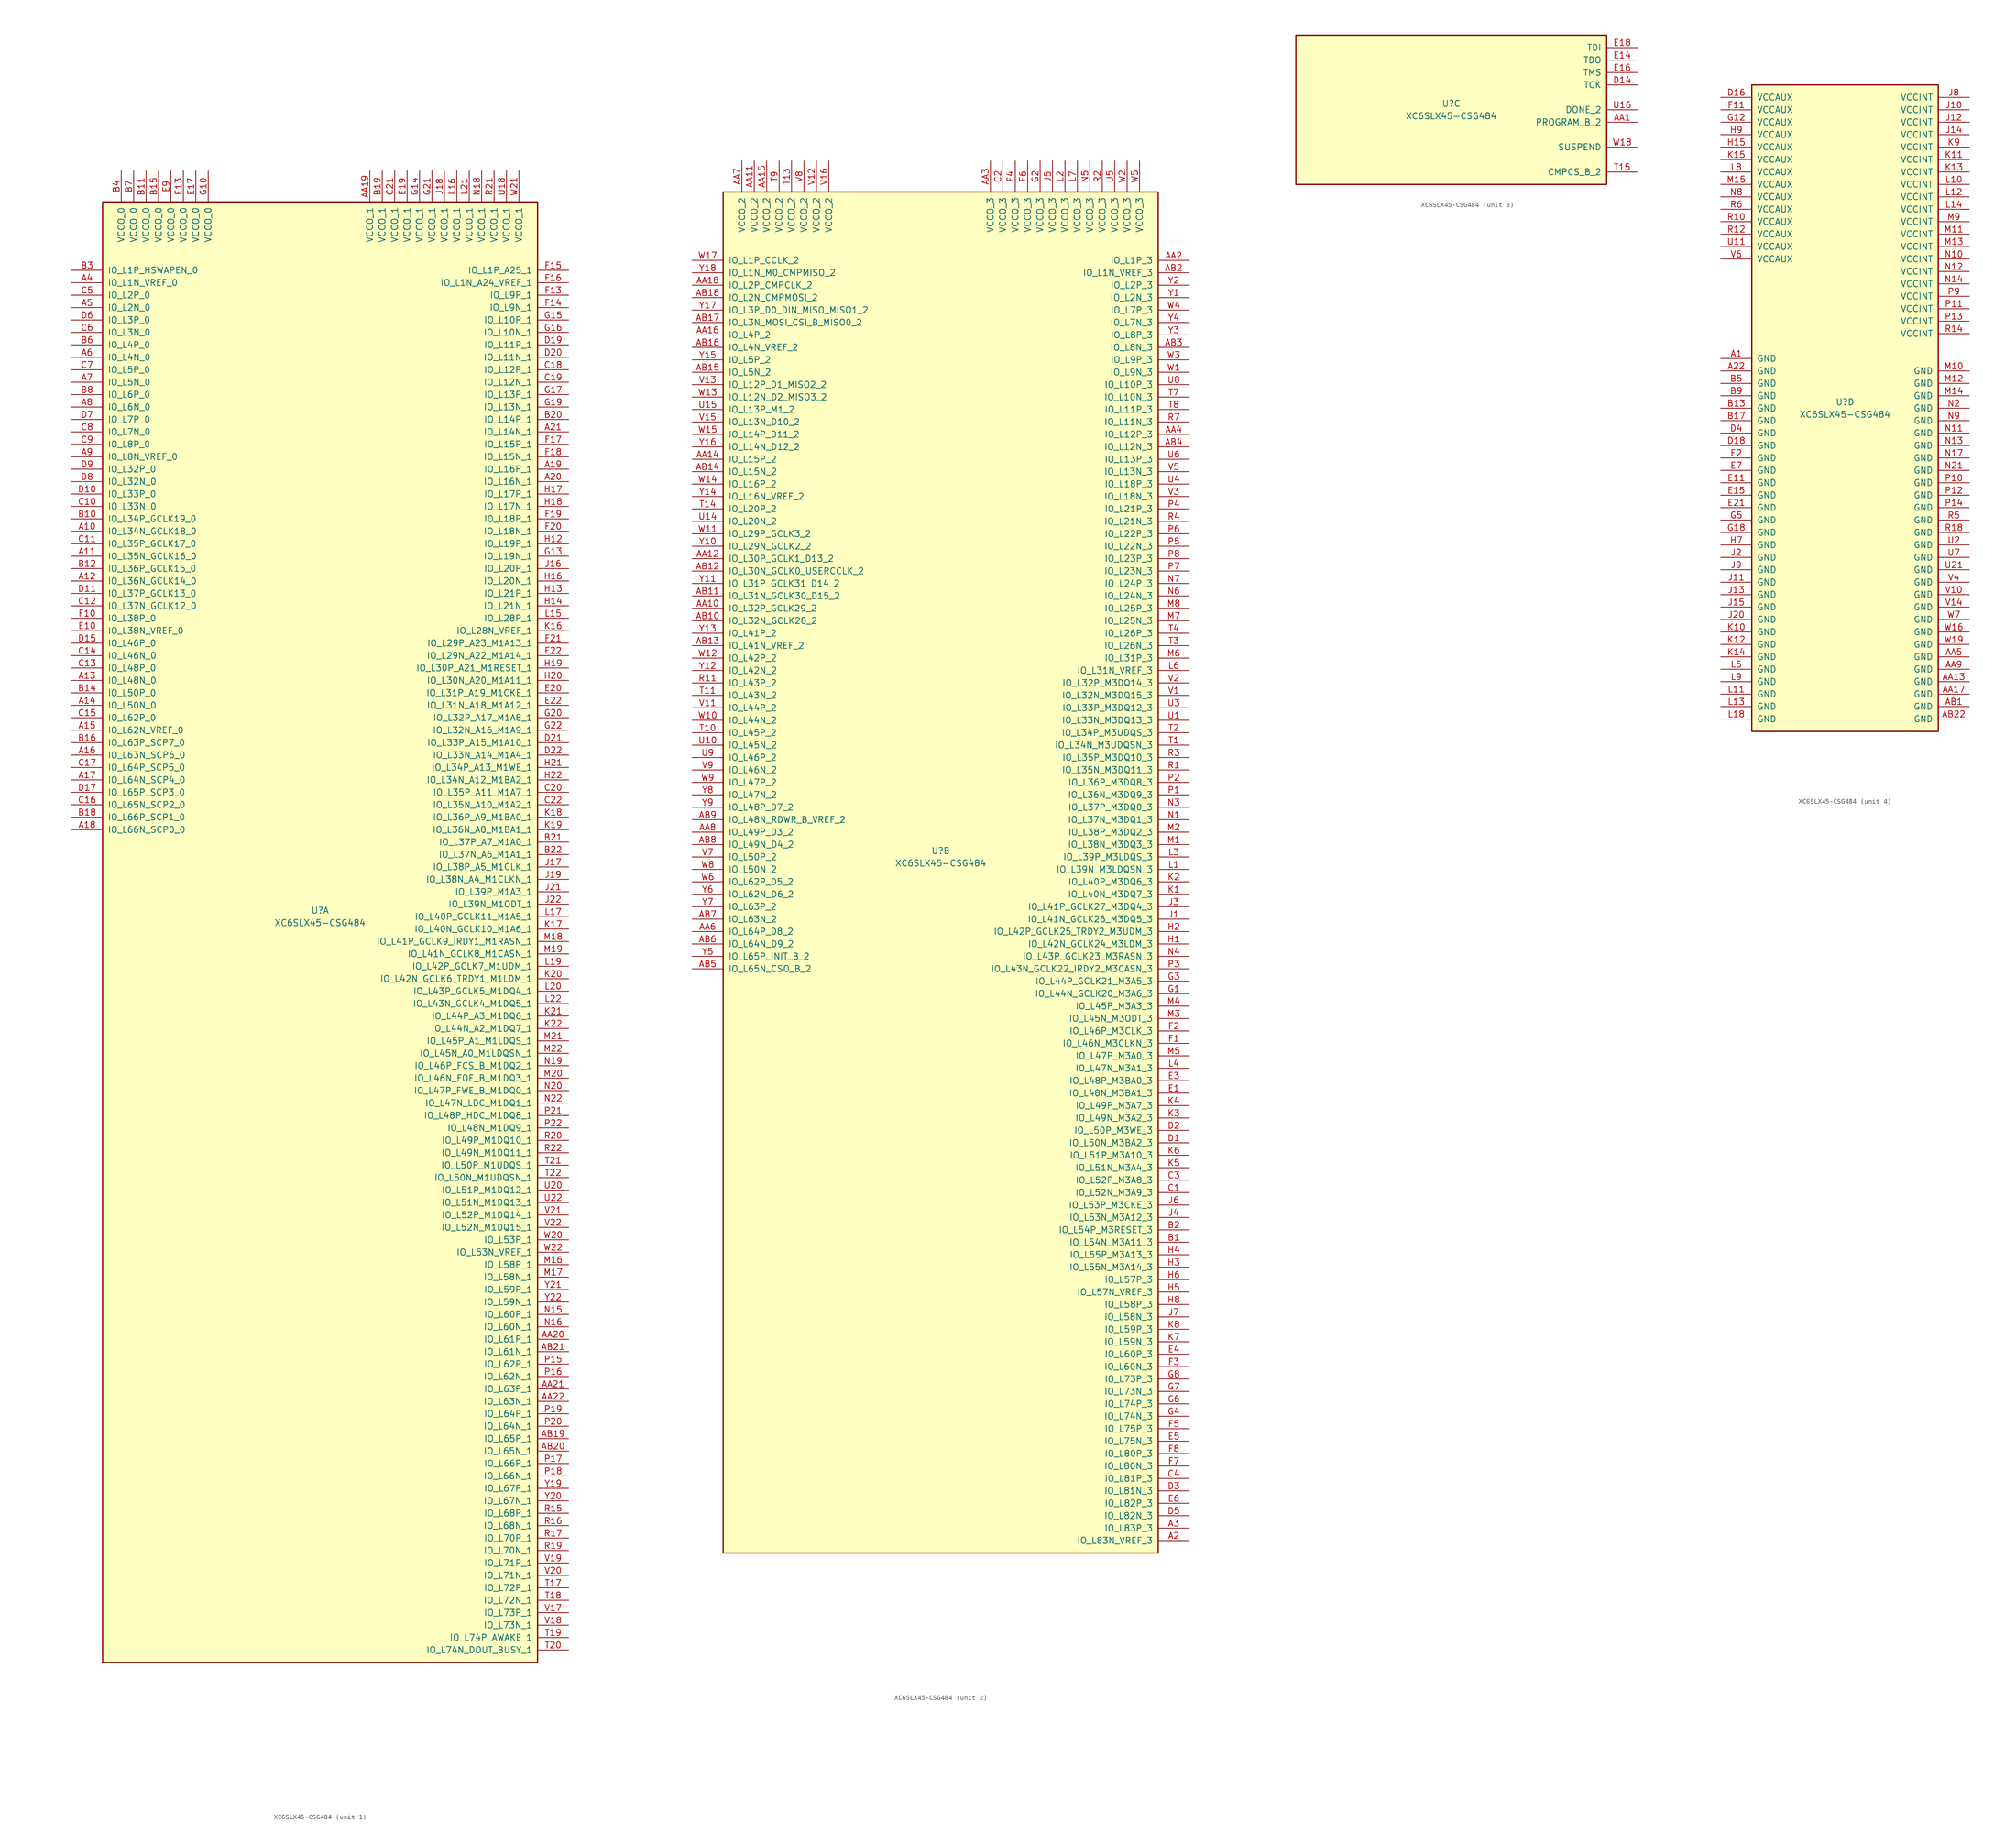
<source format=kicad_sym>
(kicad_symbol_lib
  (version 20201005)
  (generator kicad_symbol_editor)
  (symbol "FPGA_Xilinx_Spartan6:XC6SLX45-CSG484"
    (pin_names
      (offset 1.016))
    (property "Reference" "U"
      (at 0 1.27 0)
      (effects (font (size 1.27 1.27))))
    (property "Value" "XC6SLX45-CSG484"
      (at 0 -1.27 0)
      (effects (font (size 1.27 1.27))))
    (property "Datasheet" ""
      (at 0 0 0)
      (effects (font (size 1.27 1.27))))
    (property "ki_locked" ""
      (at 0 0 0)
      (effects (font (size 1.27 1.27))))
    (symbol "XC6SLX45-CSG484_1_1"
      (rectangle (start -44.45 146.05) (end 44.45 -152.4) (stroke (width 0.254)) (fill (type background)))
      (pin power_in line (at -40.64 152.4 270) (length 6.35) (name "VCCO_0" (effects (font (size 1.27 1.27)))) (number "B4" (effects (font (size 1.27 1.27)))))
      (pin power_in line (at -38.1 152.4 270) (length 6.35) (name "VCCO_0" (effects (font (size 1.27 1.27)))) (number "B7" (effects (font (size 1.27 1.27)))))
      (pin power_in line (at -35.56 152.4 270) (length 6.35) (name "VCCO_0" (effects (font (size 1.27 1.27)))) (number "B11" (effects (font (size 1.27 1.27)))))
      (pin power_in line (at -33.02 152.4 270) (length 6.35) (name "VCCO_0" (effects (font (size 1.27 1.27)))) (number "B15" (effects (font (size 1.27 1.27)))))
      (pin power_in line (at -30.48 152.4 270) (length 6.35) (name "VCCO_0" (effects (font (size 1.27 1.27)))) (number "E9" (effects (font (size 1.27 1.27)))))
      (pin power_in line (at -27.94 152.4 270) (length 6.35) (name "VCCO_0" (effects (font (size 1.27 1.27)))) (number "E13" (effects (font (size 1.27 1.27)))))
      (pin power_in line (at -25.4 152.4 270) (length 6.35) (name "VCCO_0" (effects (font (size 1.27 1.27)))) (number "E17" (effects (font (size 1.27 1.27)))))
      (pin power_in line (at -22.86 152.4 270) (length 6.35) (name "VCCO_0" (effects (font (size 1.27 1.27)))) (number "G10" (effects (font (size 1.27 1.27)))))
      (pin bidirectional line (at -50.8 132.08 0) (length 6.35) (name "IO_L1P_HSWAPEN_0" (effects (font (size 1.27 1.27)))) (number "B3" (effects (font (size 1.27 1.27)))))
      (pin bidirectional line (at -50.8 129.54 0) (length 6.35) (name "IO_L1N_VREF_0" (effects (font (size 1.27 1.27)))) (number "A4" (effects (font (size 1.27 1.27)))))
      (pin bidirectional line (at -50.8 127 0) (length 6.35) (name "IO_L2P_0" (effects (font (size 1.27 1.27)))) (number "C5" (effects (font (size 1.27 1.27)))))
      (pin bidirectional line (at -50.8 124.46 0) (length 6.35) (name "IO_L2N_0" (effects (font (size 1.27 1.27)))) (number "A5" (effects (font (size 1.27 1.27)))))
      (pin bidirectional line (at -50.8 121.92 0) (length 6.35) (name "IO_L3P_0" (effects (font (size 1.27 1.27)))) (number "D6" (effects (font (size 1.27 1.27)))))
      (pin bidirectional line (at -50.8 119.38 0) (length 6.35) (name "IO_L3N_0" (effects (font (size 1.27 1.27)))) (number "C6" (effects (font (size 1.27 1.27)))))
      (pin bidirectional line (at -50.8 116.84 0) (length 6.35) (name "IO_L4P_0" (effects (font (size 1.27 1.27)))) (number "B6" (effects (font (size 1.27 1.27)))))
      (pin bidirectional line (at -50.8 114.3 0) (length 6.35) (name "IO_L4N_0" (effects (font (size 1.27 1.27)))) (number "A6" (effects (font (size 1.27 1.27)))))
      (pin bidirectional line (at -50.8 111.76 0) (length 6.35) (name "IO_L5P_0" (effects (font (size 1.27 1.27)))) (number "C7" (effects (font (size 1.27 1.27)))))
      (pin bidirectional line (at -50.8 109.22 0) (length 6.35) (name "IO_L5N_0" (effects (font (size 1.27 1.27)))) (number "A7" (effects (font (size 1.27 1.27)))))
      (pin bidirectional line (at -50.8 106.68 0) (length 6.35) (name "IO_L6P_0" (effects (font (size 1.27 1.27)))) (number "B8" (effects (font (size 1.27 1.27)))))
      (pin bidirectional line (at -50.8 104.14 0) (length 6.35) (name "IO_L6N_0" (effects (font (size 1.27 1.27)))) (number "A8" (effects (font (size 1.27 1.27)))))
      (pin bidirectional line (at -50.8 101.6 0) (length 6.35) (name "IO_L7P_0" (effects (font (size 1.27 1.27)))) (number "D7" (effects (font (size 1.27 1.27)))))
      (pin bidirectional line (at -50.8 99.06 0) (length 6.35) (name "IO_L7N_0" (effects (font (size 1.27 1.27)))) (number "C8" (effects (font (size 1.27 1.27)))))
      (pin bidirectional line (at -50.8 96.52 0) (length 6.35) (name "IO_L8P_0" (effects (font (size 1.27 1.27)))) (number "C9" (effects (font (size 1.27 1.27)))))
      (pin bidirectional line (at -50.8 93.98 0) (length 6.35) (name "IO_L8N_VREF_0" (effects (font (size 1.27 1.27)))) (number "A9" (effects (font (size 1.27 1.27)))))
      (pin bidirectional line (at -50.8 91.44 0) (length 6.35) (name "IO_L32P_0" (effects (font (size 1.27 1.27)))) (number "D9" (effects (font (size 1.27 1.27)))))
      (pin bidirectional line (at -50.8 88.9 0) (length 6.35) (name "IO_L32N_0" (effects (font (size 1.27 1.27)))) (number "D8" (effects (font (size 1.27 1.27)))))
      (pin bidirectional line (at -50.8 86.36 0) (length 6.35) (name "IO_L33P_0" (effects (font (size 1.27 1.27)))) (number "D10" (effects (font (size 1.27 1.27)))))
      (pin bidirectional line (at -50.8 83.82 0) (length 6.35) (name "IO_L33N_0" (effects (font (size 1.27 1.27)))) (number "C10" (effects (font (size 1.27 1.27)))))
      (pin bidirectional line (at -50.8 81.28 0) (length 6.35) (name "IO_L34P_GCLK19_0" (effects (font (size 1.27 1.27)))) (number "B10" (effects (font (size 1.27 1.27)))))
      (pin bidirectional line (at -50.8 78.74 0) (length 6.35) (name "IO_L34N_GCLK18_0" (effects (font (size 1.27 1.27)))) (number "A10" (effects (font (size 1.27 1.27)))))
      (pin bidirectional line (at -50.8 76.2 0) (length 6.35) (name "IO_L35P_GCLK17_0" (effects (font (size 1.27 1.27)))) (number "C11" (effects (font (size 1.27 1.27)))))
      (pin bidirectional line (at -50.8 73.66 0) (length 6.35) (name "IO_L35N_GCLK16_0" (effects (font (size 1.27 1.27)))) (number "A11" (effects (font (size 1.27 1.27)))))
      (pin bidirectional line (at -50.8 71.12 0) (length 6.35) (name "IO_L36P_GCLK15_0" (effects (font (size 1.27 1.27)))) (number "B12" (effects (font (size 1.27 1.27)))))
      (pin bidirectional line (at -50.8 68.58 0) (length 6.35) (name "IO_L36N_GCLK14_0" (effects (font (size 1.27 1.27)))) (number "A12" (effects (font (size 1.27 1.27)))))
      (pin bidirectional line (at -50.8 66.04 0) (length 6.35) (name "IO_L37P_GCLK13_0" (effects (font (size 1.27 1.27)))) (number "D11" (effects (font (size 1.27 1.27)))))
      (pin bidirectional line (at -50.8 63.5 0) (length 6.35) (name "IO_L37N_GCLK12_0" (effects (font (size 1.27 1.27)))) (number "C12" (effects (font (size 1.27 1.27)))))
      (pin bidirectional line (at -50.8 60.96 0) (length 6.35) (name "IO_L38P_0" (effects (font (size 1.27 1.27)))) (number "F10" (effects (font (size 1.27 1.27)))))
      (pin bidirectional line (at -50.8 58.42 0) (length 6.35) (name "IO_L38N_VREF_0" (effects (font (size 1.27 1.27)))) (number "E10" (effects (font (size 1.27 1.27)))))
      (pin bidirectional line (at -50.8 55.88 0) (length 6.35) (name "IO_L46P_0" (effects (font (size 1.27 1.27)))) (number "D15" (effects (font (size 1.27 1.27)))))
      (pin bidirectional line (at -50.8 53.34 0) (length 6.35) (name "IO_L46N_0" (effects (font (size 1.27 1.27)))) (number "C14" (effects (font (size 1.27 1.27)))))
      (pin bidirectional line (at -50.8 50.8 0) (length 6.35) (name "IO_L48P_0" (effects (font (size 1.27 1.27)))) (number "C13" (effects (font (size 1.27 1.27)))))
      (pin bidirectional line (at -50.8 48.26 0) (length 6.35) (name "IO_L48N_0" (effects (font (size 1.27 1.27)))) (number "A13" (effects (font (size 1.27 1.27)))))
      (pin bidirectional line (at -50.8 45.72 0) (length 6.35) (name "IO_L50P_0" (effects (font (size 1.27 1.27)))) (number "B14" (effects (font (size 1.27 1.27)))))
      (pin bidirectional line (at -50.8 43.18 0) (length 6.35) (name "IO_L50N_0" (effects (font (size 1.27 1.27)))) (number "A14" (effects (font (size 1.27 1.27)))))
      (pin bidirectional line (at -50.8 40.64 0) (length 6.35) (name "IO_L62P_0" (effects (font (size 1.27 1.27)))) (number "C15" (effects (font (size 1.27 1.27)))))
      (pin bidirectional line (at -50.8 38.1 0) (length 6.35) (name "IO_L62N_VREF_0" (effects (font (size 1.27 1.27)))) (number "A15" (effects (font (size 1.27 1.27)))))
      (pin bidirectional line (at -50.8 35.56 0) (length 6.35) (name "IO_L63P_SCP7_0" (effects (font (size 1.27 1.27)))) (number "B16" (effects (font (size 1.27 1.27)))))
      (pin bidirectional line (at -50.8 33.02 0) (length 6.35) (name "IO_L63N_SCP6_0" (effects (font (size 1.27 1.27)))) (number "A16" (effects (font (size 1.27 1.27)))))
      (pin bidirectional line (at -50.8 30.48 0) (length 6.35) (name "IO_L64P_SCP5_0" (effects (font (size 1.27 1.27)))) (number "C17" (effects (font (size 1.27 1.27)))))
      (pin bidirectional line (at -50.8 27.94 0) (length 6.35) (name "IO_L64N_SCP4_0" (effects (font (size 1.27 1.27)))) (number "A17" (effects (font (size 1.27 1.27)))))
      (pin bidirectional line (at -50.8 25.4 0) (length 6.35) (name "IO_L65P_SCP3_0" (effects (font (size 1.27 1.27)))) (number "D17" (effects (font (size 1.27 1.27)))))
      (pin bidirectional line (at -50.8 22.86 0) (length 6.35) (name "IO_L65N_SCP2_0" (effects (font (size 1.27 1.27)))) (number "C16" (effects (font (size 1.27 1.27)))))
      (pin bidirectional line (at -50.8 20.32 0) (length 6.35) (name "IO_L66P_SCP1_0" (effects (font (size 1.27 1.27)))) (number "B18" (effects (font (size 1.27 1.27)))))
      (pin bidirectional line (at -50.8 17.78 0) (length 6.35) (name "IO_L66N_SCP0_0" (effects (font (size 1.27 1.27)))) (number "A18" (effects (font (size 1.27 1.27)))))
      (pin power_in line (at 10.16 152.4 270) (length 6.35) (name "VCCO_1" (effects (font (size 1.27 1.27)))) (number "AA19" (effects (font (size 1.27 1.27)))))
      (pin power_in line (at 12.7 152.4 270) (length 6.35) (name "VCCO_1" (effects (font (size 1.27 1.27)))) (number "B19" (effects (font (size 1.27 1.27)))))
      (pin power_in line (at 15.24 152.4 270) (length 6.35) (name "VCCO_1" (effects (font (size 1.27 1.27)))) (number "C21" (effects (font (size 1.27 1.27)))))
      (pin power_in line (at 17.78 152.4 270) (length 6.35) (name "VCCO_1" (effects (font (size 1.27 1.27)))) (number "E19" (effects (font (size 1.27 1.27)))))
      (pin power_in line (at 20.32 152.4 270) (length 6.35) (name "VCCO_1" (effects (font (size 1.27 1.27)))) (number "G14" (effects (font (size 1.27 1.27)))))
      (pin power_in line (at 22.86 152.4 270) (length 6.35) (name "VCCO_1" (effects (font (size 1.27 1.27)))) (number "G21" (effects (font (size 1.27 1.27)))))
      (pin power_in line (at 25.4 152.4 270) (length 6.35) (name "VCCO_1" (effects (font (size 1.27 1.27)))) (number "J18" (effects (font (size 1.27 1.27)))))
      (pin power_in line (at 27.94 152.4 270) (length 6.35) (name "VCCO_1" (effects (font (size 1.27 1.27)))) (number "L16" (effects (font (size 1.27 1.27)))))
      (pin power_in line (at 30.48 152.4 270) (length 6.35) (name "VCCO_1" (effects (font (size 1.27 1.27)))) (number "L21" (effects (font (size 1.27 1.27)))))
      (pin power_in line (at 33.02 152.4 270) (length 6.35) (name "VCCO_1" (effects (font (size 1.27 1.27)))) (number "N18" (effects (font (size 1.27 1.27)))))
      (pin power_in line (at 35.56 152.4 270) (length 6.35) (name "VCCO_1" (effects (font (size 1.27 1.27)))) (number "R21" (effects (font (size 1.27 1.27)))))
      (pin power_in line (at 38.1 152.4 270) (length 6.35) (name "VCCO_1" (effects (font (size 1.27 1.27)))) (number "U18" (effects (font (size 1.27 1.27)))))
      (pin power_in line (at 40.64 152.4 270) (length 6.35) (name "VCCO_1" (effects (font (size 1.27 1.27)))) (number "W21" (effects (font (size 1.27 1.27)))))
      (pin bidirectional line (at 50.8 132.08 180) (length 6.35) (name "IO_L1P_A25_1" (effects (font (size 1.27 1.27)))) (number "F15" (effects (font (size 1.27 1.27)))))
      (pin bidirectional line (at 50.8 129.54 180) (length 6.35) (name "IO_L1N_A24_VREF_1" (effects (font (size 1.27 1.27)))) (number "F16" (effects (font (size 1.27 1.27)))))
      (pin bidirectional line (at 50.8 127 180) (length 6.35) (name "IO_L9P_1" (effects (font (size 1.27 1.27)))) (number "F13" (effects (font (size 1.27 1.27)))))
      (pin bidirectional line (at 50.8 124.46 180) (length 6.35) (name "IO_L9N_1" (effects (font (size 1.27 1.27)))) (number "F14" (effects (font (size 1.27 1.27)))))
      (pin bidirectional line (at 50.8 121.92 180) (length 6.35) (name "IO_L10P_1" (effects (font (size 1.27 1.27)))) (number "G15" (effects (font (size 1.27 1.27)))))
      (pin bidirectional line (at 50.8 119.38 180) (length 6.35) (name "IO_L10N_1" (effects (font (size 1.27 1.27)))) (number "G16" (effects (font (size 1.27 1.27)))))
      (pin bidirectional line (at 50.8 116.84 180) (length 6.35) (name "IO_L11P_1" (effects (font (size 1.27 1.27)))) (number "D19" (effects (font (size 1.27 1.27)))))
      (pin bidirectional line (at 50.8 114.3 180) (length 6.35) (name "IO_L11N_1" (effects (font (size 1.27 1.27)))) (number "D20" (effects (font (size 1.27 1.27)))))
      (pin bidirectional line (at 50.8 111.76 180) (length 6.35) (name "IO_L12P_1" (effects (font (size 1.27 1.27)))) (number "C18" (effects (font (size 1.27 1.27)))))
      (pin bidirectional line (at 50.8 109.22 180) (length 6.35) (name "IO_L12N_1" (effects (font (size 1.27 1.27)))) (number "C19" (effects (font (size 1.27 1.27)))))
      (pin bidirectional line (at 50.8 106.68 180) (length 6.35) (name "IO_L13P_1" (effects (font (size 1.27 1.27)))) (number "G17" (effects (font (size 1.27 1.27)))))
      (pin bidirectional line (at 50.8 104.14 180) (length 6.35) (name "IO_L13N_1" (effects (font (size 1.27 1.27)))) (number "G19" (effects (font (size 1.27 1.27)))))
      (pin bidirectional line (at 50.8 101.6 180) (length 6.35) (name "IO_L14P_1" (effects (font (size 1.27 1.27)))) (number "B20" (effects (font (size 1.27 1.27)))))
      (pin bidirectional line (at 50.8 99.06 180) (length 6.35) (name "IO_L14N_1" (effects (font (size 1.27 1.27)))) (number "A21" (effects (font (size 1.27 1.27)))))
      (pin bidirectional line (at 50.8 96.52 180) (length 6.35) (name "IO_L15P_1" (effects (font (size 1.27 1.27)))) (number "F17" (effects (font (size 1.27 1.27)))))
      (pin bidirectional line (at 50.8 93.98 180) (length 6.35) (name "IO_L15N_1" (effects (font (size 1.27 1.27)))) (number "F18" (effects (font (size 1.27 1.27)))))
      (pin bidirectional line (at 50.8 91.44 180) (length 6.35) (name "IO_L16P_1" (effects (font (size 1.27 1.27)))) (number "A19" (effects (font (size 1.27 1.27)))))
      (pin bidirectional line (at 50.8 88.9 180) (length 6.35) (name "IO_L16N_1" (effects (font (size 1.27 1.27)))) (number "A20" (effects (font (size 1.27 1.27)))))
      (pin bidirectional line (at 50.8 86.36 180) (length 6.35) (name "IO_L17P_1" (effects (font (size 1.27 1.27)))) (number "H17" (effects (font (size 1.27 1.27)))))
      (pin bidirectional line (at 50.8 83.82 180) (length 6.35) (name "IO_L17N_1" (effects (font (size 1.27 1.27)))) (number "H18" (effects (font (size 1.27 1.27)))))
      (pin bidirectional line (at 50.8 81.28 180) (length 6.35) (name "IO_L18P_1" (effects (font (size 1.27 1.27)))) (number "F19" (effects (font (size 1.27 1.27)))))
      (pin bidirectional line (at 50.8 78.74 180) (length 6.35) (name "IO_L18N_1" (effects (font (size 1.27 1.27)))) (number "F20" (effects (font (size 1.27 1.27)))))
      (pin bidirectional line (at 50.8 76.2 180) (length 6.35) (name "IO_L19P_1" (effects (font (size 1.27 1.27)))) (number "H12" (effects (font (size 1.27 1.27)))))
      (pin bidirectional line (at 50.8 73.66 180) (length 6.35) (name "IO_L19N_1" (effects (font (size 1.27 1.27)))) (number "G13" (effects (font (size 1.27 1.27)))))
      (pin bidirectional line (at 50.8 71.12 180) (length 6.35) (name "IO_L20P_1" (effects (font (size 1.27 1.27)))) (number "J16" (effects (font (size 1.27 1.27)))))
      (pin bidirectional line (at 50.8 68.58 180) (length 6.35) (name "IO_L20N_1" (effects (font (size 1.27 1.27)))) (number "H16" (effects (font (size 1.27 1.27)))))
      (pin bidirectional line (at 50.8 66.04 180) (length 6.35) (name "IO_L21P_1" (effects (font (size 1.27 1.27)))) (number "H13" (effects (font (size 1.27 1.27)))))
      (pin bidirectional line (at 50.8 63.5 180) (length 6.35) (name "IO_L21N_1" (effects (font (size 1.27 1.27)))) (number "H14" (effects (font (size 1.27 1.27)))))
      (pin bidirectional line (at 50.8 60.96 180) (length 6.35) (name "IO_L28P_1" (effects (font (size 1.27 1.27)))) (number "L15" (effects (font (size 1.27 1.27)))))
      (pin bidirectional line (at 50.8 58.42 180) (length 6.35) (name "IO_L28N_VREF_1" (effects (font (size 1.27 1.27)))) (number "K16" (effects (font (size 1.27 1.27)))))
      (pin bidirectional line (at 50.8 55.88 180) (length 6.35) (name "IO_L29P_A23_M1A13_1" (effects (font (size 1.27 1.27)))) (number "F21" (effects (font (size 1.27 1.27)))))
      (pin bidirectional line (at 50.8 53.34 180) (length 6.35) (name "IO_L29N_A22_M1A14_1" (effects (font (size 1.27 1.27)))) (number "F22" (effects (font (size 1.27 1.27)))))
      (pin bidirectional line (at 50.8 50.8 180) (length 6.35) (name "IO_L30P_A21_M1RESET_1" (effects (font (size 1.27 1.27)))) (number "H19" (effects (font (size 1.27 1.27)))))
      (pin bidirectional line (at 50.8 48.26 180) (length 6.35) (name "IO_L30N_A20_M1A11_1" (effects (font (size 1.27 1.27)))) (number "H20" (effects (font (size 1.27 1.27)))))
      (pin bidirectional line (at 50.8 45.72 180) (length 6.35) (name "IO_L31P_A19_M1CKE_1" (effects (font (size 1.27 1.27)))) (number "E20" (effects (font (size 1.27 1.27)))))
      (pin bidirectional line (at 50.8 43.18 180) (length 6.35) (name "IO_L31N_A18_M1A12_1" (effects (font (size 1.27 1.27)))) (number "E22" (effects (font (size 1.27 1.27)))))
      (pin bidirectional line (at 50.8 40.64 180) (length 6.35) (name "IO_L32P_A17_M1A8_1" (effects (font (size 1.27 1.27)))) (number "G20" (effects (font (size 1.27 1.27)))))
      (pin bidirectional line (at 50.8 38.1 180) (length 6.35) (name "IO_L32N_A16_M1A9_1" (effects (font (size 1.27 1.27)))) (number "G22" (effects (font (size 1.27 1.27)))))
      (pin bidirectional line (at 50.8 35.56 180) (length 6.35) (name "IO_L33P_A15_M1A10_1" (effects (font (size 1.27 1.27)))) (number "D21" (effects (font (size 1.27 1.27)))))
      (pin bidirectional line (at 50.8 33.02 180) (length 6.35) (name "IO_L33N_A14_M1A4_1" (effects (font (size 1.27 1.27)))) (number "D22" (effects (font (size 1.27 1.27)))))
      (pin bidirectional line (at 50.8 30.48 180) (length 6.35) (name "IO_L34P_A13_M1WE_1" (effects (font (size 1.27 1.27)))) (number "H21" (effects (font (size 1.27 1.27)))))
      (pin bidirectional line (at 50.8 27.94 180) (length 6.35) (name "IO_L34N_A12_M1BA2_1" (effects (font (size 1.27 1.27)))) (number "H22" (effects (font (size 1.27 1.27)))))
      (pin bidirectional line (at 50.8 25.4 180) (length 6.35) (name "IO_L35P_A11_M1A7_1" (effects (font (size 1.27 1.27)))) (number "C20" (effects (font (size 1.27 1.27)))))
      (pin bidirectional line (at 50.8 22.86 180) (length 6.35) (name "IO_L35N_A10_M1A2_1" (effects (font (size 1.27 1.27)))) (number "C22" (effects (font (size 1.27 1.27)))))
      (pin bidirectional line (at 50.8 20.32 180) (length 6.35) (name "IO_L36P_A9_M1BA0_1" (effects (font (size 1.27 1.27)))) (number "K18" (effects (font (size 1.27 1.27)))))
      (pin bidirectional line (at 50.8 17.78 180) (length 6.35) (name "IO_L36N_A8_M1BA1_1" (effects (font (size 1.27 1.27)))) (number "K19" (effects (font (size 1.27 1.27)))))
      (pin bidirectional line (at 50.8 15.24 180) (length 6.35) (name "IO_L37P_A7_M1A0_1" (effects (font (size 1.27 1.27)))) (number "B21" (effects (font (size 1.27 1.27)))))
      (pin bidirectional line (at 50.8 12.7 180) (length 6.35) (name "IO_L37N_A6_M1A1_1" (effects (font (size 1.27 1.27)))) (number "B22" (effects (font (size 1.27 1.27)))))
      (pin bidirectional line (at 50.8 10.16 180) (length 6.35) (name "IO_L38P_A5_M1CLK_1" (effects (font (size 1.27 1.27)))) (number "J17" (effects (font (size 1.27 1.27)))))
      (pin bidirectional line (at 50.8 7.62 180) (length 6.35) (name "IO_L38N_A4_M1CLKN_1" (effects (font (size 1.27 1.27)))) (number "J19" (effects (font (size 1.27 1.27)))))
      (pin bidirectional line (at 50.8 5.08 180) (length 6.35) (name "IO_L39P_M1A3_1" (effects (font (size 1.27 1.27)))) (number "J21" (effects (font (size 1.27 1.27)))))
      (pin bidirectional line (at 50.8 2.54 180) (length 6.35) (name "IO_L39N_M1ODT_1" (effects (font (size 1.27 1.27)))) (number "J22" (effects (font (size 1.27 1.27)))))
      (pin bidirectional line (at 50.8 0 180) (length 6.35) (name "IO_L40P_GCLK11_M1A5_1" (effects (font (size 1.27 1.27)))) (number "L17" (effects (font (size 1.27 1.27)))))
      (pin bidirectional line (at 50.8 -2.54 180) (length 6.35) (name "IO_L40N_GCLK10_M1A6_1" (effects (font (size 1.27 1.27)))) (number "K17" (effects (font (size 1.27 1.27)))))
      (pin bidirectional line (at 50.8 -5.08 180) (length 6.35) (name "IO_L41P_GCLK9_IRDY1_M1RASN_1" (effects (font (size 1.27 1.27)))) (number "M18" (effects (font (size 1.27 1.27)))))
      (pin bidirectional line (at 50.8 -7.62 180) (length 6.35) (name "IO_L41N_GCLK8_M1CASN_1" (effects (font (size 1.27 1.27)))) (number "M19" (effects (font (size 1.27 1.27)))))
      (pin bidirectional line (at 50.8 -10.16 180) (length 6.35) (name "IO_L42P_GCLK7_M1UDM_1" (effects (font (size 1.27 1.27)))) (number "L19" (effects (font (size 1.27 1.27)))))
      (pin bidirectional line (at 50.8 -12.7 180) (length 6.35) (name "IO_L42N_GCLK6_TRDY1_M1LDM_1" (effects (font (size 1.27 1.27)))) (number "K20" (effects (font (size 1.27 1.27)))))
      (pin bidirectional line (at 50.8 -15.24 180) (length 6.35) (name "IO_L43P_GCLK5_M1DQ4_1" (effects (font (size 1.27 1.27)))) (number "L20" (effects (font (size 1.27 1.27)))))
      (pin bidirectional line (at 50.8 -17.78 180) (length 6.35) (name "IO_L43N_GCLK4_M1DQ5_1" (effects (font (size 1.27 1.27)))) (number "L22" (effects (font (size 1.27 1.27)))))
      (pin bidirectional line (at 50.8 -20.32 180) (length 6.35) (name "IO_L44P_A3_M1DQ6_1" (effects (font (size 1.27 1.27)))) (number "K21" (effects (font (size 1.27 1.27)))))
      (pin bidirectional line (at 50.8 -22.86 180) (length 6.35) (name "IO_L44N_A2_M1DQ7_1" (effects (font (size 1.27 1.27)))) (number "K22" (effects (font (size 1.27 1.27)))))
      (pin bidirectional line (at 50.8 -25.4 180) (length 6.35) (name "IO_L45P_A1_M1LDQS_1" (effects (font (size 1.27 1.27)))) (number "M21" (effects (font (size 1.27 1.27)))))
      (pin bidirectional line (at 50.8 -27.94 180) (length 6.35) (name "IO_L45N_A0_M1LDQSN_1" (effects (font (size 1.27 1.27)))) (number "M22" (effects (font (size 1.27 1.27)))))
      (pin bidirectional line (at 50.8 -30.48 180) (length 6.35) (name "IO_L46P_FCS_B_M1DQ2_1" (effects (font (size 1.27 1.27)))) (number "N19" (effects (font (size 1.27 1.27)))))
      (pin bidirectional line (at 50.8 -33.02 180) (length 6.35) (name "IO_L46N_FOE_B_M1DQ3_1" (effects (font (size 1.27 1.27)))) (number "M20" (effects (font (size 1.27 1.27)))))
      (pin bidirectional line (at 50.8 -35.56 180) (length 6.35) (name "IO_L47P_FWE_B_M1DQ0_1" (effects (font (size 1.27 1.27)))) (number "N20" (effects (font (size 1.27 1.27)))))
      (pin bidirectional line (at 50.8 -38.1 180) (length 6.35) (name "IO_L47N_LDC_M1DQ1_1" (effects (font (size 1.27 1.27)))) (number "N22" (effects (font (size 1.27 1.27)))))
      (pin bidirectional line (at 50.8 -40.64 180) (length 6.35) (name "IO_L48P_HDC_M1DQ8_1" (effects (font (size 1.27 1.27)))) (number "P21" (effects (font (size 1.27 1.27)))))
      (pin bidirectional line (at 50.8 -43.18 180) (length 6.35) (name "IO_L48N_M1DQ9_1" (effects (font (size 1.27 1.27)))) (number "P22" (effects (font (size 1.27 1.27)))))
      (pin bidirectional line (at 50.8 -45.72 180) (length 6.35) (name "IO_L49P_M1DQ10_1" (effects (font (size 1.27 1.27)))) (number "R20" (effects (font (size 1.27 1.27)))))
      (pin bidirectional line (at 50.8 -48.26 180) (length 6.35) (name "IO_L49N_M1DQ11_1" (effects (font (size 1.27 1.27)))) (number "R22" (effects (font (size 1.27 1.27)))))
      (pin bidirectional line (at 50.8 -50.8 180) (length 6.35) (name "IO_L50P_M1UDQS_1" (effects (font (size 1.27 1.27)))) (number "T21" (effects (font (size 1.27 1.27)))))
      (pin bidirectional line (at 50.8 -53.34 180) (length 6.35) (name "IO_L50N_M1UDQSN_1" (effects (font (size 1.27 1.27)))) (number "T22" (effects (font (size 1.27 1.27)))))
      (pin bidirectional line (at 50.8 -55.88 180) (length 6.35) (name "IO_L51P_M1DQ12_1" (effects (font (size 1.27 1.27)))) (number "U20" (effects (font (size 1.27 1.27)))))
      (pin bidirectional line (at 50.8 -58.42 180) (length 6.35) (name "IO_L51N_M1DQ13_1" (effects (font (size 1.27 1.27)))) (number "U22" (effects (font (size 1.27 1.27)))))
      (pin bidirectional line (at 50.8 -60.96 180) (length 6.35) (name "IO_L52P_M1DQ14_1" (effects (font (size 1.27 1.27)))) (number "V21" (effects (font (size 1.27 1.27)))))
      (pin bidirectional line (at 50.8 -63.5 180) (length 6.35) (name "IO_L52N_M1DQ15_1" (effects (font (size 1.27 1.27)))) (number "V22" (effects (font (size 1.27 1.27)))))
      (pin bidirectional line (at 50.8 -66.04 180) (length 6.35) (name "IO_L53P_1" (effects (font (size 1.27 1.27)))) (number "W20" (effects (font (size 1.27 1.27)))))
      (pin bidirectional line (at 50.8 -68.58 180) (length 6.35) (name "IO_L53N_VREF_1" (effects (font (size 1.27 1.27)))) (number "W22" (effects (font (size 1.27 1.27)))))
      (pin bidirectional line (at 50.8 -71.12 180) (length 6.35) (name "IO_L58P_1" (effects (font (size 1.27 1.27)))) (number "M16" (effects (font (size 1.27 1.27)))))
      (pin bidirectional line (at 50.8 -73.66 180) (length 6.35) (name "IO_L58N_1" (effects (font (size 1.27 1.27)))) (number "M17" (effects (font (size 1.27 1.27)))))
      (pin bidirectional line (at 50.8 -76.2 180) (length 6.35) (name "IO_L59P_1" (effects (font (size 1.27 1.27)))) (number "Y21" (effects (font (size 1.27 1.27)))))
      (pin bidirectional line (at 50.8 -78.74 180) (length 6.35) (name "IO_L59N_1" (effects (font (size 1.27 1.27)))) (number "Y22" (effects (font (size 1.27 1.27)))))
      (pin bidirectional line (at 50.8 -81.28 180) (length 6.35) (name "IO_L60P_1" (effects (font (size 1.27 1.27)))) (number "N15" (effects (font (size 1.27 1.27)))))
      (pin bidirectional line (at 50.8 -83.82 180) (length 6.35) (name "IO_L60N_1" (effects (font (size 1.27 1.27)))) (number "N16" (effects (font (size 1.27 1.27)))))
      (pin bidirectional line (at 50.8 -86.36 180) (length 6.35) (name "IO_L61P_1" (effects (font (size 1.27 1.27)))) (number "AA20" (effects (font (size 1.27 1.27)))))
      (pin bidirectional line (at 50.8 -88.9 180) (length 6.35) (name "IO_L61N_1" (effects (font (size 1.27 1.27)))) (number "AB21" (effects (font (size 1.27 1.27)))))
      (pin bidirectional line (at 50.8 -91.44 180) (length 6.35) (name "IO_L62P_1" (effects (font (size 1.27 1.27)))) (number "P15" (effects (font (size 1.27 1.27)))))
      (pin bidirectional line (at 50.8 -93.98 180) (length 6.35) (name "IO_L62N_1" (effects (font (size 1.27 1.27)))) (number "P16" (effects (font (size 1.27 1.27)))))
      (pin bidirectional line (at 50.8 -96.52 180) (length 6.35) (name "IO_L63P_1" (effects (font (size 1.27 1.27)))) (number "AA21" (effects (font (size 1.27 1.27)))))
      (pin bidirectional line (at 50.8 -99.06 180) (length 6.35) (name "IO_L63N_1" (effects (font (size 1.27 1.27)))) (number "AA22" (effects (font (size 1.27 1.27)))))
      (pin bidirectional line (at 50.8 -101.6 180) (length 6.35) (name "IO_L64P_1" (effects (font (size 1.27 1.27)))) (number "P19" (effects (font (size 1.27 1.27)))))
      (pin bidirectional line (at 50.8 -104.14 180) (length 6.35) (name "IO_L64N_1" (effects (font (size 1.27 1.27)))) (number "P20" (effects (font (size 1.27 1.27)))))
      (pin bidirectional line (at 50.8 -106.68 180) (length 6.35) (name "IO_L65P_1" (effects (font (size 1.27 1.27)))) (number "AB19" (effects (font (size 1.27 1.27)))))
      (pin bidirectional line (at 50.8 -109.22 180) (length 6.35) (name "IO_L65N_1" (effects (font (size 1.27 1.27)))) (number "AB20" (effects (font (size 1.27 1.27)))))
      (pin bidirectional line (at 50.8 -111.76 180) (length 6.35) (name "IO_L66P_1" (effects (font (size 1.27 1.27)))) (number "P17" (effects (font (size 1.27 1.27)))))
      (pin bidirectional line (at 50.8 -114.3 180) (length 6.35) (name "IO_L66N_1" (effects (font (size 1.27 1.27)))) (number "P18" (effects (font (size 1.27 1.27)))))
      (pin bidirectional line (at 50.8 -116.84 180) (length 6.35) (name "IO_L67P_1" (effects (font (size 1.27 1.27)))) (number "Y19" (effects (font (size 1.27 1.27)))))
      (pin bidirectional line (at 50.8 -119.38 180) (length 6.35) (name "IO_L67N_1" (effects (font (size 1.27 1.27)))) (number "Y20" (effects (font (size 1.27 1.27)))))
      (pin bidirectional line (at 50.8 -121.92 180) (length 6.35) (name "IO_L68P_1" (effects (font (size 1.27 1.27)))) (number "R15" (effects (font (size 1.27 1.27)))))
      (pin bidirectional line (at 50.8 -124.46 180) (length 6.35) (name "IO_L68N_1" (effects (font (size 1.27 1.27)))) (number "R16" (effects (font (size 1.27 1.27)))))
      (pin bidirectional line (at 50.8 -127 180) (length 6.35) (name "IO_L70P_1" (effects (font (size 1.27 1.27)))) (number "R17" (effects (font (size 1.27 1.27)))))
      (pin bidirectional line (at 50.8 -129.54 180) (length 6.35) (name "IO_L70N_1" (effects (font (size 1.27 1.27)))) (number "R19" (effects (font (size 1.27 1.27)))))
      (pin bidirectional line (at 50.8 -132.08 180) (length 6.35) (name "IO_L71P_1" (effects (font (size 1.27 1.27)))) (number "V19" (effects (font (size 1.27 1.27)))))
      (pin bidirectional line (at 50.8 -134.62 180) (length 6.35) (name "IO_L71N_1" (effects (font (size 1.27 1.27)))) (number "V20" (effects (font (size 1.27 1.27)))))
      (pin bidirectional line (at 50.8 -137.16 180) (length 6.35) (name "IO_L72P_1" (effects (font (size 1.27 1.27)))) (number "T17" (effects (font (size 1.27 1.27)))))
      (pin bidirectional line (at 50.8 -139.7 180) (length 6.35) (name "IO_L72N_1" (effects (font (size 1.27 1.27)))) (number "T18" (effects (font (size 1.27 1.27)))))
      (pin bidirectional line (at 50.8 -142.24 180) (length 6.35) (name "IO_L73P_1" (effects (font (size 1.27 1.27)))) (number "V17" (effects (font (size 1.27 1.27)))))
      (pin bidirectional line (at 50.8 -144.78 180) (length 6.35) (name "IO_L73N_1" (effects (font (size 1.27 1.27)))) (number "V18" (effects (font (size 1.27 1.27)))))
      (pin bidirectional line (at 50.8 -147.32 180) (length 6.35) (name "IO_L74P_AWAKE_1" (effects (font (size 1.27 1.27)))) (number "T19" (effects (font (size 1.27 1.27)))))
      (pin bidirectional line (at 50.8 -149.86 180) (length 6.35) (name "IO_L74N_DOUT_BUSY_1" (effects (font (size 1.27 1.27)))) (number "T20" (effects (font (size 1.27 1.27))))))
    (symbol "XC6SLX45-CSG484_2_1"
      (rectangle (start -44.45 135.89) (end 44.45 -142.24) (stroke (width 0.254)) (fill (type background)))
      (pin power_in line (at -40.64 142.24 270) (length 6.35) (name "VCCO_2" (effects (font (size 1.27 1.27)))) (number "AA7" (effects (font (size 1.27 1.27)))))
      (pin power_in line (at -38.1 142.24 270) (length 6.35) (name "VCCO_2" (effects (font (size 1.27 1.27)))) (number "AA11" (effects (font (size 1.27 1.27)))))
      (pin power_in line (at -35.56 142.24 270) (length 6.35) (name "VCCO_2" (effects (font (size 1.27 1.27)))) (number "AA15" (effects (font (size 1.27 1.27)))))
      (pin power_in line (at -33.02 142.24 270) (length 6.35) (name "VCCO_2" (effects (font (size 1.27 1.27)))) (number "T9" (effects (font (size 1.27 1.27)))))
      (pin power_in line (at -30.48 142.24 270) (length 6.35) (name "VCCO_2" (effects (font (size 1.27 1.27)))) (number "T13" (effects (font (size 1.27 1.27)))))
      (pin power_in line (at -27.94 142.24 270) (length 6.35) (name "VCCO_2" (effects (font (size 1.27 1.27)))) (number "V8" (effects (font (size 1.27 1.27)))))
      (pin power_in line (at -25.4 142.24 270) (length 6.35) (name "VCCO_2" (effects (font (size 1.27 1.27)))) (number "V12" (effects (font (size 1.27 1.27)))))
      (pin power_in line (at -22.86 142.24 270) (length 6.35) (name "VCCO_2" (effects (font (size 1.27 1.27)))) (number "V16" (effects (font (size 1.27 1.27)))))
      (pin bidirectional line (at -50.8 121.92 0) (length 6.35) (name "IO_L1P_CCLK_2" (effects (font (size 1.27 1.27)))) (number "W17" (effects (font (size 1.27 1.27)))))
      (pin bidirectional line (at -50.8 119.38 0) (length 6.35) (name "IO_L1N_M0_CMPMISO_2" (effects (font (size 1.27 1.27)))) (number "Y18" (effects (font (size 1.27 1.27)))))
      (pin bidirectional line (at -50.8 116.84 0) (length 6.35) (name "IO_L2P_CMPCLK_2" (effects (font (size 1.27 1.27)))) (number "AA18" (effects (font (size 1.27 1.27)))))
      (pin bidirectional line (at -50.8 114.3 0) (length 6.35) (name "IO_L2N_CMPMOSI_2" (effects (font (size 1.27 1.27)))) (number "AB18" (effects (font (size 1.27 1.27)))))
      (pin bidirectional line (at -50.8 111.76 0) (length 6.35) (name "IO_L3P_D0_DIN_MISO_MISO1_2" (effects (font (size 1.27 1.27)))) (number "Y17" (effects (font (size 1.27 1.27)))))
      (pin bidirectional line (at -50.8 109.22 0) (length 6.35) (name "IO_L3N_MOSI_CSI_B_MISO0_2" (effects (font (size 1.27 1.27)))) (number "AB17" (effects (font (size 1.27 1.27)))))
      (pin bidirectional line (at -50.8 106.68 0) (length 6.35) (name "IO_L4P_2" (effects (font (size 1.27 1.27)))) (number "AA16" (effects (font (size 1.27 1.27)))))
      (pin bidirectional line (at -50.8 104.14 0) (length 6.35) (name "IO_L4N_VREF_2" (effects (font (size 1.27 1.27)))) (number "AB16" (effects (font (size 1.27 1.27)))))
      (pin bidirectional line (at -50.8 101.6 0) (length 6.35) (name "IO_L5P_2" (effects (font (size 1.27 1.27)))) (number "Y15" (effects (font (size 1.27 1.27)))))
      (pin bidirectional line (at -50.8 99.06 0) (length 6.35) (name "IO_L5N_2" (effects (font (size 1.27 1.27)))) (number "AB15" (effects (font (size 1.27 1.27)))))
      (pin bidirectional line (at -50.8 96.52 0) (length 6.35) (name "IO_L12P_D1_MISO2_2" (effects (font (size 1.27 1.27)))) (number "V13" (effects (font (size 1.27 1.27)))))
      (pin bidirectional line (at -50.8 93.98 0) (length 6.35) (name "IO_L12N_D2_MISO3_2" (effects (font (size 1.27 1.27)))) (number "W13" (effects (font (size 1.27 1.27)))))
      (pin bidirectional line (at -50.8 91.44 0) (length 6.35) (name "IO_L13P_M1_2" (effects (font (size 1.27 1.27)))) (number "U15" (effects (font (size 1.27 1.27)))))
      (pin bidirectional line (at -50.8 88.9 0) (length 6.35) (name "IO_L13N_D10_2" (effects (font (size 1.27 1.27)))) (number "V15" (effects (font (size 1.27 1.27)))))
      (pin bidirectional line (at -50.8 86.36 0) (length 6.35) (name "IO_L14P_D11_2" (effects (font (size 1.27 1.27)))) (number "W15" (effects (font (size 1.27 1.27)))))
      (pin bidirectional line (at -50.8 83.82 0) (length 6.35) (name "IO_L14N_D12_2" (effects (font (size 1.27 1.27)))) (number "Y16" (effects (font (size 1.27 1.27)))))
      (pin bidirectional line (at -50.8 81.28 0) (length 6.35) (name "IO_L15P_2" (effects (font (size 1.27 1.27)))) (number "AA14" (effects (font (size 1.27 1.27)))))
      (pin bidirectional line (at -50.8 78.74 0) (length 6.35) (name "IO_L15N_2" (effects (font (size 1.27 1.27)))) (number "AB14" (effects (font (size 1.27 1.27)))))
      (pin bidirectional line (at -50.8 76.2 0) (length 6.35) (name "IO_L16P_2" (effects (font (size 1.27 1.27)))) (number "W14" (effects (font (size 1.27 1.27)))))
      (pin bidirectional line (at -50.8 73.66 0) (length 6.35) (name "IO_L16N_VREF_2" (effects (font (size 1.27 1.27)))) (number "Y14" (effects (font (size 1.27 1.27)))))
      (pin bidirectional line (at -50.8 71.12 0) (length 6.35) (name "IO_L20P_2" (effects (font (size 1.27 1.27)))) (number "T14" (effects (font (size 1.27 1.27)))))
      (pin bidirectional line (at -50.8 68.58 0) (length 6.35) (name "IO_L20N_2" (effects (font (size 1.27 1.27)))) (number "U14" (effects (font (size 1.27 1.27)))))
      (pin bidirectional line (at -50.8 66.04 0) (length 6.35) (name "IO_L29P_GCLK3_2" (effects (font (size 1.27 1.27)))) (number "W11" (effects (font (size 1.27 1.27)))))
      (pin bidirectional line (at -50.8 63.5 0) (length 6.35) (name "IO_L29N_GCLK2_2" (effects (font (size 1.27 1.27)))) (number "Y10" (effects (font (size 1.27 1.27)))))
      (pin bidirectional line (at -50.8 60.96 0) (length 6.35) (name "IO_L30P_GCLK1_D13_2" (effects (font (size 1.27 1.27)))) (number "AA12" (effects (font (size 1.27 1.27)))))
      (pin bidirectional line (at -50.8 58.42 0) (length 6.35) (name "IO_L30N_GCLK0_USERCCLK_2" (effects (font (size 1.27 1.27)))) (number "AB12" (effects (font (size 1.27 1.27)))))
      (pin bidirectional line (at -50.8 55.88 0) (length 6.35) (name "IO_L31P_GCLK31_D14_2" (effects (font (size 1.27 1.27)))) (number "Y11" (effects (font (size 1.27 1.27)))))
      (pin bidirectional line (at -50.8 53.34 0) (length 6.35) (name "IO_L31N_GCLK30_D15_2" (effects (font (size 1.27 1.27)))) (number "AB11" (effects (font (size 1.27 1.27)))))
      (pin bidirectional line (at -50.8 50.8 0) (length 6.35) (name "IO_L32P_GCLK29_2" (effects (font (size 1.27 1.27)))) (number "AA10" (effects (font (size 1.27 1.27)))))
      (pin bidirectional line (at -50.8 48.26 0) (length 6.35) (name "IO_L32N_GCLK28_2" (effects (font (size 1.27 1.27)))) (number "AB10" (effects (font (size 1.27 1.27)))))
      (pin bidirectional line (at -50.8 45.72 0) (length 6.35) (name "IO_L41P_2" (effects (font (size 1.27 1.27)))) (number "Y13" (effects (font (size 1.27 1.27)))))
      (pin bidirectional line (at -50.8 43.18 0) (length 6.35) (name "IO_L41N_VREF_2" (effects (font (size 1.27 1.27)))) (number "AB13" (effects (font (size 1.27 1.27)))))
      (pin bidirectional line (at -50.8 40.64 0) (length 6.35) (name "IO_L42P_2" (effects (font (size 1.27 1.27)))) (number "W12" (effects (font (size 1.27 1.27)))))
      (pin bidirectional line (at -50.8 38.1 0) (length 6.35) (name "IO_L42N_2" (effects (font (size 1.27 1.27)))) (number "Y12" (effects (font (size 1.27 1.27)))))
      (pin bidirectional line (at -50.8 35.56 0) (length 6.35) (name "IO_L43P_2" (effects (font (size 1.27 1.27)))) (number "R11" (effects (font (size 1.27 1.27)))))
      (pin bidirectional line (at -50.8 33.02 0) (length 6.35) (name "IO_L43N_2" (effects (font (size 1.27 1.27)))) (number "T11" (effects (font (size 1.27 1.27)))))
      (pin bidirectional line (at -50.8 30.48 0) (length 6.35) (name "IO_L44P_2" (effects (font (size 1.27 1.27)))) (number "V11" (effects (font (size 1.27 1.27)))))
      (pin bidirectional line (at -50.8 27.94 0) (length 6.35) (name "IO_L44N_2" (effects (font (size 1.27 1.27)))) (number "W10" (effects (font (size 1.27 1.27)))))
      (pin bidirectional line (at -50.8 25.4 0) (length 6.35) (name "IO_L45P_2" (effects (font (size 1.27 1.27)))) (number "T10" (effects (font (size 1.27 1.27)))))
      (pin bidirectional line (at -50.8 22.86 0) (length 6.35) (name "IO_L45N_2" (effects (font (size 1.27 1.27)))) (number "U10" (effects (font (size 1.27 1.27)))))
      (pin bidirectional line (at -50.8 20.32 0) (length 6.35) (name "IO_L46P_2" (effects (font (size 1.27 1.27)))) (number "U9" (effects (font (size 1.27 1.27)))))
      (pin bidirectional line (at -50.8 17.78 0) (length 6.35) (name "IO_L46N_2" (effects (font (size 1.27 1.27)))) (number "V9" (effects (font (size 1.27 1.27)))))
      (pin bidirectional line (at -50.8 15.24 0) (length 6.35) (name "IO_L47P_2" (effects (font (size 1.27 1.27)))) (number "W9" (effects (font (size 1.27 1.27)))))
      (pin bidirectional line (at -50.8 12.7 0) (length 6.35) (name "IO_L47N_2" (effects (font (size 1.27 1.27)))) (number "Y8" (effects (font (size 1.27 1.27)))))
      (pin bidirectional line (at -50.8 10.16 0) (length 6.35) (name "IO_L48P_D7_2" (effects (font (size 1.27 1.27)))) (number "Y9" (effects (font (size 1.27 1.27)))))
      (pin bidirectional line (at -50.8 7.62 0) (length 6.35) (name "IO_L48N_RDWR_B_VREF_2" (effects (font (size 1.27 1.27)))) (number "AB9" (effects (font (size 1.27 1.27)))))
      (pin bidirectional line (at -50.8 5.08 0) (length 6.35) (name "IO_L49P_D3_2" (effects (font (size 1.27 1.27)))) (number "AA8" (effects (font (size 1.27 1.27)))))
      (pin bidirectional line (at -50.8 2.54 0) (length 6.35) (name "IO_L49N_D4_2" (effects (font (size 1.27 1.27)))) (number "AB8" (effects (font (size 1.27 1.27)))))
      (pin bidirectional line (at -50.8 0 0) (length 6.35) (name "IO_L50P_2" (effects (font (size 1.27 1.27)))) (number "V7" (effects (font (size 1.27 1.27)))))
      (pin bidirectional line (at -50.8 -2.54 0) (length 6.35) (name "IO_L50N_2" (effects (font (size 1.27 1.27)))) (number "W8" (effects (font (size 1.27 1.27)))))
      (pin bidirectional line (at -50.8 -5.08 0) (length 6.35) (name "IO_L62P_D5_2" (effects (font (size 1.27 1.27)))) (number "W6" (effects (font (size 1.27 1.27)))))
      (pin bidirectional line (at -50.8 -7.62 0) (length 6.35) (name "IO_L62N_D6_2" (effects (font (size 1.27 1.27)))) (number "Y6" (effects (font (size 1.27 1.27)))))
      (pin bidirectional line (at -50.8 -10.16 0) (length 6.35) (name "IO_L63P_2" (effects (font (size 1.27 1.27)))) (number "Y7" (effects (font (size 1.27 1.27)))))
      (pin bidirectional line (at -50.8 -12.7 0) (length 6.35) (name "IO_L63N_2" (effects (font (size 1.27 1.27)))) (number "AB7" (effects (font (size 1.27 1.27)))))
      (pin bidirectional line (at -50.8 -15.24 0) (length 6.35) (name "IO_L64P_D8_2" (effects (font (size 1.27 1.27)))) (number "AA6" (effects (font (size 1.27 1.27)))))
      (pin bidirectional line (at -50.8 -17.78 0) (length 6.35) (name "IO_L64N_D9_2" (effects (font (size 1.27 1.27)))) (number "AB6" (effects (font (size 1.27 1.27)))))
      (pin bidirectional line (at -50.8 -20.32 0) (length 6.35) (name "IO_L65P_INIT_B_2" (effects (font (size 1.27 1.27)))) (number "Y5" (effects (font (size 1.27 1.27)))))
      (pin bidirectional line (at -50.8 -22.86 0) (length 6.35) (name "IO_L65N_CSO_B_2" (effects (font (size 1.27 1.27)))) (number "AB5" (effects (font (size 1.27 1.27)))))
      (pin power_in line (at 10.16 142.24 270) (length 6.35) (name "VCCO_3" (effects (font (size 1.27 1.27)))) (number "AA3" (effects (font (size 1.27 1.27)))))
      (pin power_in line (at 12.7 142.24 270) (length 6.35) (name "VCCO_3" (effects (font (size 1.27 1.27)))) (number "C2" (effects (font (size 1.27 1.27)))))
      (pin power_in line (at 15.24 142.24 270) (length 6.35) (name "VCCO_3" (effects (font (size 1.27 1.27)))) (number "F4" (effects (font (size 1.27 1.27)))))
      (pin power_in line (at 17.78 142.24 270) (length 6.35) (name "VCCO_3" (effects (font (size 1.27 1.27)))) (number "F6" (effects (font (size 1.27 1.27)))))
      (pin power_in line (at 20.32 142.24 270) (length 6.35) (name "VCCO_3" (effects (font (size 1.27 1.27)))) (number "G2" (effects (font (size 1.27 1.27)))))
      (pin power_in line (at 22.86 142.24 270) (length 6.35) (name "VCCO_3" (effects (font (size 1.27 1.27)))) (number "J5" (effects (font (size 1.27 1.27)))))
      (pin power_in line (at 25.4 142.24 270) (length 6.35) (name "VCCO_3" (effects (font (size 1.27 1.27)))) (number "L2" (effects (font (size 1.27 1.27)))))
      (pin power_in line (at 27.94 142.24 270) (length 6.35) (name "VCCO_3" (effects (font (size 1.27 1.27)))) (number "L7" (effects (font (size 1.27 1.27)))))
      (pin power_in line (at 30.48 142.24 270) (length 6.35) (name "VCCO_3" (effects (font (size 1.27 1.27)))) (number "N5" (effects (font (size 1.27 1.27)))))
      (pin power_in line (at 33.02 142.24 270) (length 6.35) (name "VCCO_3" (effects (font (size 1.27 1.27)))) (number "R2" (effects (font (size 1.27 1.27)))))
      (pin power_in line (at 35.56 142.24 270) (length 6.35) (name "VCCO_3" (effects (font (size 1.27 1.27)))) (number "U5" (effects (font (size 1.27 1.27)))))
      (pin power_in line (at 38.1 142.24 270) (length 6.35) (name "VCCO_3" (effects (font (size 1.27 1.27)))) (number "W2" (effects (font (size 1.27 1.27)))))
      (pin power_in line (at 40.64 142.24 270) (length 6.35) (name "VCCO_3" (effects (font (size 1.27 1.27)))) (number "W5" (effects (font (size 1.27 1.27)))))
      (pin bidirectional line (at 50.8 121.92 180) (length 6.35) (name "IO_L1P_3" (effects (font (size 1.27 1.27)))) (number "AA2" (effects (font (size 1.27 1.27)))))
      (pin bidirectional line (at 50.8 119.38 180) (length 6.35) (name "IO_L1N_VREF_3" (effects (font (size 1.27 1.27)))) (number "AB2" (effects (font (size 1.27 1.27)))))
      (pin bidirectional line (at 50.8 116.84 180) (length 6.35) (name "IO_L2P_3" (effects (font (size 1.27 1.27)))) (number "Y2" (effects (font (size 1.27 1.27)))))
      (pin bidirectional line (at 50.8 114.3 180) (length 6.35) (name "IO_L2N_3" (effects (font (size 1.27 1.27)))) (number "Y1" (effects (font (size 1.27 1.27)))))
      (pin bidirectional line (at 50.8 111.76 180) (length 6.35) (name "IO_L7P_3" (effects (font (size 1.27 1.27)))) (number "W4" (effects (font (size 1.27 1.27)))))
      (pin bidirectional line (at 50.8 109.22 180) (length 6.35) (name "IO_L7N_3" (effects (font (size 1.27 1.27)))) (number "Y4" (effects (font (size 1.27 1.27)))))
      (pin bidirectional line (at 50.8 106.68 180) (length 6.35) (name "IO_L8P_3" (effects (font (size 1.27 1.27)))) (number "Y3" (effects (font (size 1.27 1.27)))))
      (pin bidirectional line (at 50.8 104.14 180) (length 6.35) (name "IO_L8N_3" (effects (font (size 1.27 1.27)))) (number "AB3" (effects (font (size 1.27 1.27)))))
      (pin bidirectional line (at 50.8 101.6 180) (length 6.35) (name "IO_L9P_3" (effects (font (size 1.27 1.27)))) (number "W3" (effects (font (size 1.27 1.27)))))
      (pin bidirectional line (at 50.8 99.06 180) (length 6.35) (name "IO_L9N_3" (effects (font (size 1.27 1.27)))) (number "W1" (effects (font (size 1.27 1.27)))))
      (pin bidirectional line (at 50.8 96.52 180) (length 6.35) (name "IO_L10P_3" (effects (font (size 1.27 1.27)))) (number "U8" (effects (font (size 1.27 1.27)))))
      (pin bidirectional line (at 50.8 93.98 180) (length 6.35) (name "IO_L10N_3" (effects (font (size 1.27 1.27)))) (number "T7" (effects (font (size 1.27 1.27)))))
      (pin bidirectional line (at 50.8 91.44 180) (length 6.35) (name "IO_L11P_3" (effects (font (size 1.27 1.27)))) (number "T8" (effects (font (size 1.27 1.27)))))
      (pin bidirectional line (at 50.8 88.9 180) (length 6.35) (name "IO_L11N_3" (effects (font (size 1.27 1.27)))) (number "R7" (effects (font (size 1.27 1.27)))))
      (pin bidirectional line (at 50.8 86.36 180) (length 6.35) (name "IO_L12P_3" (effects (font (size 1.27 1.27)))) (number "AA4" (effects (font (size 1.27 1.27)))))
      (pin bidirectional line (at 50.8 83.82 180) (length 6.35) (name "IO_L12N_3" (effects (font (size 1.27 1.27)))) (number "AB4" (effects (font (size 1.27 1.27)))))
      (pin bidirectional line (at 50.8 81.28 180) (length 6.35) (name "IO_L13P_3" (effects (font (size 1.27 1.27)))) (number "U6" (effects (font (size 1.27 1.27)))))
      (pin bidirectional line (at 50.8 78.74 180) (length 6.35) (name "IO_L13N_3" (effects (font (size 1.27 1.27)))) (number "V5" (effects (font (size 1.27 1.27)))))
      (pin bidirectional line (at 50.8 76.2 180) (length 6.35) (name "IO_L18P_3" (effects (font (size 1.27 1.27)))) (number "U4" (effects (font (size 1.27 1.27)))))
      (pin bidirectional line (at 50.8 73.66 180) (length 6.35) (name "IO_L18N_3" (effects (font (size 1.27 1.27)))) (number "V3" (effects (font (size 1.27 1.27)))))
      (pin bidirectional line (at 50.8 71.12 180) (length 6.35) (name "IO_L21P_3" (effects (font (size 1.27 1.27)))) (number "P4" (effects (font (size 1.27 1.27)))))
      (pin bidirectional line (at 50.8 68.58 180) (length 6.35) (name "IO_L21N_3" (effects (font (size 1.27 1.27)))) (number "R4" (effects (font (size 1.27 1.27)))))
      (pin bidirectional line (at 50.8 66.04 180) (length 6.35) (name "IO_L22P_3" (effects (font (size 1.27 1.27)))) (number "P6" (effects (font (size 1.27 1.27)))))
      (pin bidirectional line (at 50.8 63.5 180) (length 6.35) (name "IO_L22N_3" (effects (font (size 1.27 1.27)))) (number "P5" (effects (font (size 1.27 1.27)))))
      (pin bidirectional line (at 50.8 60.96 180) (length 6.35) (name "IO_L23P_3" (effects (font (size 1.27 1.27)))) (number "P8" (effects (font (size 1.27 1.27)))))
      (pin bidirectional line (at 50.8 58.42 180) (length 6.35) (name "IO_L23N_3" (effects (font (size 1.27 1.27)))) (number "P7" (effects (font (size 1.27 1.27)))))
      (pin bidirectional line (at 50.8 55.88 180) (length 6.35) (name "IO_L24P_3" (effects (font (size 1.27 1.27)))) (number "N7" (effects (font (size 1.27 1.27)))))
      (pin bidirectional line (at 50.8 53.34 180) (length 6.35) (name "IO_L24N_3" (effects (font (size 1.27 1.27)))) (number "N6" (effects (font (size 1.27 1.27)))))
      (pin bidirectional line (at 50.8 50.8 180) (length 6.35) (name "IO_L25P_3" (effects (font (size 1.27 1.27)))) (number "M8" (effects (font (size 1.27 1.27)))))
      (pin bidirectional line (at 50.8 48.26 180) (length 6.35) (name "IO_L25N_3" (effects (font (size 1.27 1.27)))) (number "M7" (effects (font (size 1.27 1.27)))))
      (pin bidirectional line (at 50.8 45.72 180) (length 6.35) (name "IO_L26P_3" (effects (font (size 1.27 1.27)))) (number "T4" (effects (font (size 1.27 1.27)))))
      (pin bidirectional line (at 50.8 43.18 180) (length 6.35) (name "IO_L26N_3" (effects (font (size 1.27 1.27)))) (number "T3" (effects (font (size 1.27 1.27)))))
      (pin bidirectional line (at 50.8 40.64 180) (length 6.35) (name "IO_L31P_3" (effects (font (size 1.27 1.27)))) (number "M6" (effects (font (size 1.27 1.27)))))
      (pin bidirectional line (at 50.8 38.1 180) (length 6.35) (name "IO_L31N_VREF_3" (effects (font (size 1.27 1.27)))) (number "L6" (effects (font (size 1.27 1.27)))))
      (pin bidirectional line (at 50.8 35.56 180) (length 6.35) (name "IO_L32P_M3DQ14_3" (effects (font (size 1.27 1.27)))) (number "V2" (effects (font (size 1.27 1.27)))))
      (pin bidirectional line (at 50.8 33.02 180) (length 6.35) (name "IO_L32N_M3DQ15_3" (effects (font (size 1.27 1.27)))) (number "V1" (effects (font (size 1.27 1.27)))))
      (pin bidirectional line (at 50.8 30.48 180) (length 6.35) (name "IO_L33P_M3DQ12_3" (effects (font (size 1.27 1.27)))) (number "U3" (effects (font (size 1.27 1.27)))))
      (pin bidirectional line (at 50.8 27.94 180) (length 6.35) (name "IO_L33N_M3DQ13_3" (effects (font (size 1.27 1.27)))) (number "U1" (effects (font (size 1.27 1.27)))))
      (pin bidirectional line (at 50.8 25.4 180) (length 6.35) (name "IO_L34P_M3UDQS_3" (effects (font (size 1.27 1.27)))) (number "T2" (effects (font (size 1.27 1.27)))))
      (pin bidirectional line (at 50.8 22.86 180) (length 6.35) (name "IO_L34N_M3UDQSN_3" (effects (font (size 1.27 1.27)))) (number "T1" (effects (font (size 1.27 1.27)))))
      (pin bidirectional line (at 50.8 20.32 180) (length 6.35) (name "IO_L35P_M3DQ10_3" (effects (font (size 1.27 1.27)))) (number "R3" (effects (font (size 1.27 1.27)))))
      (pin bidirectional line (at 50.8 17.78 180) (length 6.35) (name "IO_L35N_M3DQ11_3" (effects (font (size 1.27 1.27)))) (number "R1" (effects (font (size 1.27 1.27)))))
      (pin bidirectional line (at 50.8 15.24 180) (length 6.35) (name "IO_L36P_M3DQ8_3" (effects (font (size 1.27 1.27)))) (number "P2" (effects (font (size 1.27 1.27)))))
      (pin bidirectional line (at 50.8 12.7 180) (length 6.35) (name "IO_L36N_M3DQ9_3" (effects (font (size 1.27 1.27)))) (number "P1" (effects (font (size 1.27 1.27)))))
      (pin bidirectional line (at 50.8 10.16 180) (length 6.35) (name "IO_L37P_M3DQ0_3" (effects (font (size 1.27 1.27)))) (number "N3" (effects (font (size 1.27 1.27)))))
      (pin bidirectional line (at 50.8 7.62 180) (length 6.35) (name "IO_L37N_M3DQ1_3" (effects (font (size 1.27 1.27)))) (number "N1" (effects (font (size 1.27 1.27)))))
      (pin bidirectional line (at 50.8 5.08 180) (length 6.35) (name "IO_L38P_M3DQ2_3" (effects (font (size 1.27 1.27)))) (number "M2" (effects (font (size 1.27 1.27)))))
      (pin bidirectional line (at 50.8 2.54 180) (length 6.35) (name "IO_L38N_M3DQ3_3" (effects (font (size 1.27 1.27)))) (number "M1" (effects (font (size 1.27 1.27)))))
      (pin bidirectional line (at 50.8 0 180) (length 6.35) (name "IO_L39P_M3LDQS_3" (effects (font (size 1.27 1.27)))) (number "L3" (effects (font (size 1.27 1.27)))))
      (pin bidirectional line (at 50.8 -2.54 180) (length 6.35) (name "IO_L39N_M3LDQSN_3" (effects (font (size 1.27 1.27)))) (number "L1" (effects (font (size 1.27 1.27)))))
      (pin bidirectional line (at 50.8 -5.08 180) (length 6.35) (name "IO_L40P_M3DQ6_3" (effects (font (size 1.27 1.27)))) (number "K2" (effects (font (size 1.27 1.27)))))
      (pin bidirectional line (at 50.8 -7.62 180) (length 6.35) (name "IO_L40N_M3DQ7_3" (effects (font (size 1.27 1.27)))) (number "K1" (effects (font (size 1.27 1.27)))))
      (pin bidirectional line (at 50.8 -10.16 180) (length 6.35) (name "IO_L41P_GCLK27_M3DQ4_3" (effects (font (size 1.27 1.27)))) (number "J3" (effects (font (size 1.27 1.27)))))
      (pin bidirectional line (at 50.8 -12.7 180) (length 6.35) (name "IO_L41N_GCLK26_M3DQ5_3" (effects (font (size 1.27 1.27)))) (number "J1" (effects (font (size 1.27 1.27)))))
      (pin bidirectional line (at 50.8 -15.24 180) (length 6.35) (name "IO_L42P_GCLK25_TRDY2_M3UDM_3" (effects (font (size 1.27 1.27)))) (number "H2" (effects (font (size 1.27 1.27)))))
      (pin bidirectional line (at 50.8 -17.78 180) (length 6.35) (name "IO_L42N_GCLK24_M3LDM_3" (effects (font (size 1.27 1.27)))) (number "H1" (effects (font (size 1.27 1.27)))))
      (pin bidirectional line (at 50.8 -20.32 180) (length 6.35) (name "IO_L43P_GCLK23_M3RASN_3" (effects (font (size 1.27 1.27)))) (number "N4" (effects (font (size 1.27 1.27)))))
      (pin bidirectional line (at 50.8 -22.86 180) (length 6.35) (name "IO_L43N_GCLK22_IRDY2_M3CASN_3" (effects (font (size 1.27 1.27)))) (number "P3" (effects (font (size 1.27 1.27)))))
      (pin bidirectional line (at 50.8 -25.4 180) (length 6.35) (name "IO_L44P_GCLK21_M3A5_3" (effects (font (size 1.27 1.27)))) (number "G3" (effects (font (size 1.27 1.27)))))
      (pin bidirectional line (at 50.8 -27.94 180) (length 6.35) (name "IO_L44N_GCLK20_M3A6_3" (effects (font (size 1.27 1.27)))) (number "G1" (effects (font (size 1.27 1.27)))))
      (pin bidirectional line (at 50.8 -30.48 180) (length 6.35) (name "IO_L45P_M3A3_3" (effects (font (size 1.27 1.27)))) (number "M4" (effects (font (size 1.27 1.27)))))
      (pin bidirectional line (at 50.8 -33.02 180) (length 6.35) (name "IO_L45N_M3ODT_3" (effects (font (size 1.27 1.27)))) (number "M3" (effects (font (size 1.27 1.27)))))
      (pin bidirectional line (at 50.8 -35.56 180) (length 6.35) (name "IO_L46P_M3CLK_3" (effects (font (size 1.27 1.27)))) (number "F2" (effects (font (size 1.27 1.27)))))
      (pin bidirectional line (at 50.8 -38.1 180) (length 6.35) (name "IO_L46N_M3CLKN_3" (effects (font (size 1.27 1.27)))) (number "F1" (effects (font (size 1.27 1.27)))))
      (pin bidirectional line (at 50.8 -40.64 180) (length 6.35) (name "IO_L47P_M3A0_3" (effects (font (size 1.27 1.27)))) (number "M5" (effects (font (size 1.27 1.27)))))
      (pin bidirectional line (at 50.8 -43.18 180) (length 6.35) (name "IO_L47N_M3A1_3" (effects (font (size 1.27 1.27)))) (number "L4" (effects (font (size 1.27 1.27)))))
      (pin bidirectional line (at 50.8 -45.72 180) (length 6.35) (name "IO_L48P_M3BA0_3" (effects (font (size 1.27 1.27)))) (number "E3" (effects (font (size 1.27 1.27)))))
      (pin bidirectional line (at 50.8 -48.26 180) (length 6.35) (name "IO_L48N_M3BA1_3" (effects (font (size 1.27 1.27)))) (number "E1" (effects (font (size 1.27 1.27)))))
      (pin bidirectional line (at 50.8 -50.8 180) (length 6.35) (name "IO_L49P_M3A7_3" (effects (font (size 1.27 1.27)))) (number "K4" (effects (font (size 1.27 1.27)))))
      (pin bidirectional line (at 50.8 -53.34 180) (length 6.35) (name "IO_L49N_M3A2_3" (effects (font (size 1.27 1.27)))) (number "K3" (effects (font (size 1.27 1.27)))))
      (pin bidirectional line (at 50.8 -55.88 180) (length 6.35) (name "IO_L50P_M3WE_3" (effects (font (size 1.27 1.27)))) (number "D2" (effects (font (size 1.27 1.27)))))
      (pin bidirectional line (at 50.8 -58.42 180) (length 6.35) (name "IO_L50N_M3BA2_3" (effects (font (size 1.27 1.27)))) (number "D1" (effects (font (size 1.27 1.27)))))
      (pin bidirectional line (at 50.8 -60.96 180) (length 6.35) (name "IO_L51P_M3A10_3" (effects (font (size 1.27 1.27)))) (number "K6" (effects (font (size 1.27 1.27)))))
      (pin bidirectional line (at 50.8 -63.5 180) (length 6.35) (name "IO_L51N_M3A4_3" (effects (font (size 1.27 1.27)))) (number "K5" (effects (font (size 1.27 1.27)))))
      (pin bidirectional line (at 50.8 -66.04 180) (length 6.35) (name "IO_L52P_M3A8_3" (effects (font (size 1.27 1.27)))) (number "C3" (effects (font (size 1.27 1.27)))))
      (pin bidirectional line (at 50.8 -68.58 180) (length 6.35) (name "IO_L52N_M3A9_3" (effects (font (size 1.27 1.27)))) (number "C1" (effects (font (size 1.27 1.27)))))
      (pin bidirectional line (at 50.8 -71.12 180) (length 6.35) (name "IO_L53P_M3CKE_3" (effects (font (size 1.27 1.27)))) (number "J6" (effects (font (size 1.27 1.27)))))
      (pin bidirectional line (at 50.8 -73.66 180) (length 6.35) (name "IO_L53N_M3A12_3" (effects (font (size 1.27 1.27)))) (number "J4" (effects (font (size 1.27 1.27)))))
      (pin bidirectional line (at 50.8 -76.2 180) (length 6.35) (name "IO_L54P_M3RESET_3" (effects (font (size 1.27 1.27)))) (number "B2" (effects (font (size 1.27 1.27)))))
      (pin bidirectional line (at 50.8 -78.74 180) (length 6.35) (name "IO_L54N_M3A11_3" (effects (font (size 1.27 1.27)))) (number "B1" (effects (font (size 1.27 1.27)))))
      (pin bidirectional line (at 50.8 -81.28 180) (length 6.35) (name "IO_L55P_M3A13_3" (effects (font (size 1.27 1.27)))) (number "H4" (effects (font (size 1.27 1.27)))))
      (pin bidirectional line (at 50.8 -83.82 180) (length 6.35) (name "IO_L55N_M3A14_3" (effects (font (size 1.27 1.27)))) (number "H3" (effects (font (size 1.27 1.27)))))
      (pin bidirectional line (at 50.8 -86.36 180) (length 6.35) (name "IO_L57P_3" (effects (font (size 1.27 1.27)))) (number "H6" (effects (font (size 1.27 1.27)))))
      (pin bidirectional line (at 50.8 -88.9 180) (length 6.35) (name "IO_L57N_VREF_3" (effects (font (size 1.27 1.27)))) (number "H5" (effects (font (size 1.27 1.27)))))
      (pin bidirectional line (at 50.8 -91.44 180) (length 6.35) (name "IO_L58P_3" (effects (font (size 1.27 1.27)))) (number "H8" (effects (font (size 1.27 1.27)))))
      (pin bidirectional line (at 50.8 -93.98 180) (length 6.35) (name "IO_L58N_3" (effects (font (size 1.27 1.27)))) (number "J7" (effects (font (size 1.27 1.27)))))
      (pin bidirectional line (at 50.8 -96.52 180) (length 6.35) (name "IO_L59P_3" (effects (font (size 1.27 1.27)))) (number "K8" (effects (font (size 1.27 1.27)))))
      (pin bidirectional line (at 50.8 -99.06 180) (length 6.35) (name "IO_L59N_3" (effects (font (size 1.27 1.27)))) (number "K7" (effects (font (size 1.27 1.27)))))
      (pin bidirectional line (at 50.8 -101.6 180) (length 6.35) (name "IO_L60P_3" (effects (font (size 1.27 1.27)))) (number "E4" (effects (font (size 1.27 1.27)))))
      (pin bidirectional line (at 50.8 -104.14 180) (length 6.35) (name "IO_L60N_3" (effects (font (size 1.27 1.27)))) (number "F3" (effects (font (size 1.27 1.27)))))
      (pin bidirectional line (at 50.8 -106.68 180) (length 6.35) (name "IO_L73P_3" (effects (font (size 1.27 1.27)))) (number "G8" (effects (font (size 1.27 1.27)))))
      (pin bidirectional line (at 50.8 -109.22 180) (length 6.35) (name "IO_L73N_3" (effects (font (size 1.27 1.27)))) (number "G7" (effects (font (size 1.27 1.27)))))
      (pin bidirectional line (at 50.8 -111.76 180) (length 6.35) (name "IO_L74P_3" (effects (font (size 1.27 1.27)))) (number "G6" (effects (font (size 1.27 1.27)))))
      (pin bidirectional line (at 50.8 -114.3 180) (length 6.35) (name "IO_L74N_3" (effects (font (size 1.27 1.27)))) (number "G4" (effects (font (size 1.27 1.27)))))
      (pin bidirectional line (at 50.8 -116.84 180) (length 6.35) (name "IO_L75P_3" (effects (font (size 1.27 1.27)))) (number "F5" (effects (font (size 1.27 1.27)))))
      (pin bidirectional line (at 50.8 -119.38 180) (length 6.35) (name "IO_L75N_3" (effects (font (size 1.27 1.27)))) (number "E5" (effects (font (size 1.27 1.27)))))
      (pin bidirectional line (at 50.8 -121.92 180) (length 6.35) (name "IO_L80P_3" (effects (font (size 1.27 1.27)))) (number "F8" (effects (font (size 1.27 1.27)))))
      (pin bidirectional line (at 50.8 -124.46 180) (length 6.35) (name "IO_L80N_3" (effects (font (size 1.27 1.27)))) (number "F7" (effects (font (size 1.27 1.27)))))
      (pin bidirectional line (at 50.8 -127 180) (length 6.35) (name "IO_L81P_3" (effects (font (size 1.27 1.27)))) (number "C4" (effects (font (size 1.27 1.27)))))
      (pin bidirectional line (at 50.8 -129.54 180) (length 6.35) (name "IO_L81N_3" (effects (font (size 1.27 1.27)))) (number "D3" (effects (font (size 1.27 1.27)))))
      (pin bidirectional line (at 50.8 -132.08 180) (length 6.35) (name "IO_L82P_3" (effects (font (size 1.27 1.27)))) (number "E6" (effects (font (size 1.27 1.27)))))
      (pin bidirectional line (at 50.8 -134.62 180) (length 6.35) (name "IO_L82N_3" (effects (font (size 1.27 1.27)))) (number "D5" (effects (font (size 1.27 1.27)))))
      (pin bidirectional line (at 50.8 -137.16 180) (length 6.35) (name "IO_L83P_3" (effects (font (size 1.27 1.27)))) (number "A3" (effects (font (size 1.27 1.27)))))
      (pin bidirectional line (at 50.8 -139.7 180) (length 6.35) (name "IO_L83N_VREF_3" (effects (font (size 1.27 1.27)))) (number "A2" (effects (font (size 1.27 1.27))))))
    (symbol "XC6SLX45-CSG484_3_1"
      (rectangle (start -31.75 15.24) (end 31.75 -15.24) (stroke (width 0.254)) (fill (type background)))
      (pin bidirectional line (at 38.1 12.7 180) (length 6.35) (name "TDI" (effects (font (size 1.27 1.27)))) (number "E18" (effects (font (size 1.27 1.27)))))
      (pin bidirectional line (at 38.1 10.16 180) (length 6.35) (name "TDO" (effects (font (size 1.27 1.27)))) (number "E14" (effects (font (size 1.27 1.27)))))
      (pin bidirectional line (at 38.1 7.62 180) (length 6.35) (name "TMS" (effects (font (size 1.27 1.27)))) (number "E16" (effects (font (size 1.27 1.27)))))
      (pin bidirectional line (at 38.1 5.08 180) (length 6.35) (name "TCK" (effects (font (size 1.27 1.27)))) (number "D14" (effects (font (size 1.27 1.27)))))
      (pin bidirectional line (at 38.1 0 180) (length 6.35) (name "DONE_2" (effects (font (size 1.27 1.27)))) (number "U16" (effects (font (size 1.27 1.27)))))
      (pin bidirectional line (at 38.1 -2.54 180) (length 6.35) (name "PROGRAM_B_2" (effects (font (size 1.27 1.27)))) (number "AA1" (effects (font (size 1.27 1.27)))))
      (pin bidirectional line (at 38.1 -7.62 180) (length 6.35) (name "SUSPEND" (effects (font (size 1.27 1.27)))) (number "W18" (effects (font (size 1.27 1.27)))))
      (pin bidirectional line (at 38.1 -12.7 180) (length 6.35) (name "CMPCS_B_2" (effects (font (size 1.27 1.27)))) (number "T15" (effects (font (size 1.27 1.27))))))
    (symbol "XC6SLX45-CSG484_4_1"
      (rectangle (start -19.05 66.04) (end 19.05 -66.04) (stroke (width 0.254)) (fill (type background)))
      (pin power_in line (at -25.4 63.5 0) (length 6.35) (name "VCCAUX" (effects (font (size 1.27 1.27)))) (number "D16" (effects (font (size 1.27 1.27)))))
      (pin power_in line (at -25.4 60.96 0) (length 6.35) (name "VCCAUX" (effects (font (size 1.27 1.27)))) (number "F11" (effects (font (size 1.27 1.27)))))
      (pin power_in line (at -25.4 58.42 0) (length 6.35) (name "VCCAUX" (effects (font (size 1.27 1.27)))) (number "G12" (effects (font (size 1.27 1.27)))))
      (pin power_in line (at -25.4 55.88 0) (length 6.35) (name "VCCAUX" (effects (font (size 1.27 1.27)))) (number "H9" (effects (font (size 1.27 1.27)))))
      (pin power_in line (at -25.4 53.34 0) (length 6.35) (name "VCCAUX" (effects (font (size 1.27 1.27)))) (number "H15" (effects (font (size 1.27 1.27)))))
      (pin power_in line (at -25.4 50.8 0) (length 6.35) (name "VCCAUX" (effects (font (size 1.27 1.27)))) (number "K15" (effects (font (size 1.27 1.27)))))
      (pin power_in line (at -25.4 48.26 0) (length 6.35) (name "VCCAUX" (effects (font (size 1.27 1.27)))) (number "L8" (effects (font (size 1.27 1.27)))))
      (pin power_in line (at -25.4 45.72 0) (length 6.35) (name "VCCAUX" (effects (font (size 1.27 1.27)))) (number "M15" (effects (font (size 1.27 1.27)))))
      (pin power_in line (at -25.4 43.18 0) (length 6.35) (name "VCCAUX" (effects (font (size 1.27 1.27)))) (number "N8" (effects (font (size 1.27 1.27)))))
      (pin power_in line (at -25.4 40.64 0) (length 6.35) (name "VCCAUX" (effects (font (size 1.27 1.27)))) (number "R6" (effects (font (size 1.27 1.27)))))
      (pin power_in line (at -25.4 38.1 0) (length 6.35) (name "VCCAUX" (effects (font (size 1.27 1.27)))) (number "R10" (effects (font (size 1.27 1.27)))))
      (pin power_in line (at -25.4 35.56 0) (length 6.35) (name "VCCAUX" (effects (font (size 1.27 1.27)))) (number "R12" (effects (font (size 1.27 1.27)))))
      (pin power_in line (at -25.4 33.02 0) (length 6.35) (name "VCCAUX" (effects (font (size 1.27 1.27)))) (number "U11" (effects (font (size 1.27 1.27)))))
      (pin power_in line (at -25.4 30.48 0) (length 6.35) (name "VCCAUX" (effects (font (size 1.27 1.27)))) (number "V6" (effects (font (size 1.27 1.27)))))
      (pin power_in line (at -25.4 10.16 0) (length 6.35) (name "GND" (effects (font (size 1.27 1.27)))) (number "A1" (effects (font (size 1.27 1.27)))))
      (pin power_in line (at -25.4 7.62 0) (length 6.35) (name "GND" (effects (font (size 1.27 1.27)))) (number "A22" (effects (font (size 1.27 1.27)))))
      (pin power_in line (at -25.4 5.08 0) (length 6.35) (name "GND" (effects (font (size 1.27 1.27)))) (number "B5" (effects (font (size 1.27 1.27)))))
      (pin power_in line (at -25.4 2.54 0) (length 6.35) (name "GND" (effects (font (size 1.27 1.27)))) (number "B9" (effects (font (size 1.27 1.27)))))
      (pin power_in line (at -25.4 0 0) (length 6.35) (name "GND" (effects (font (size 1.27 1.27)))) (number "B13" (effects (font (size 1.27 1.27)))))
      (pin power_in line (at -25.4 -2.54 0) (length 6.35) (name "GND" (effects (font (size 1.27 1.27)))) (number "B17" (effects (font (size 1.27 1.27)))))
      (pin power_in line (at -25.4 -5.08 0) (length 6.35) (name "GND" (effects (font (size 1.27 1.27)))) (number "D4" (effects (font (size 1.27 1.27)))))
      (pin power_in line (at -25.4 -7.62 0) (length 6.35) (name "GND" (effects (font (size 1.27 1.27)))) (number "D18" (effects (font (size 1.27 1.27)))))
      (pin power_in line (at -25.4 -10.16 0) (length 6.35) (name "GND" (effects (font (size 1.27 1.27)))) (number "E2" (effects (font (size 1.27 1.27)))))
      (pin power_in line (at -25.4 -12.7 0) (length 6.35) (name "GND" (effects (font (size 1.27 1.27)))) (number "E7" (effects (font (size 1.27 1.27)))))
      (pin power_in line (at -25.4 -15.24 0) (length 6.35) (name "GND" (effects (font (size 1.27 1.27)))) (number "E11" (effects (font (size 1.27 1.27)))))
      (pin power_in line (at -25.4 -17.78 0) (length 6.35) (name "GND" (effects (font (size 1.27 1.27)))) (number "E15" (effects (font (size 1.27 1.27)))))
      (pin power_in line (at -25.4 -20.32 0) (length 6.35) (name "GND" (effects (font (size 1.27 1.27)))) (number "E21" (effects (font (size 1.27 1.27)))))
      (pin power_in line (at -25.4 -22.86 0) (length 6.35) (name "GND" (effects (font (size 1.27 1.27)))) (number "G5" (effects (font (size 1.27 1.27)))))
      (pin power_in line (at -25.4 -25.4 0) (length 6.35) (name "GND" (effects (font (size 1.27 1.27)))) (number "G18" (effects (font (size 1.27 1.27)))))
      (pin power_in line (at -25.4 -27.94 0) (length 6.35) (name "GND" (effects (font (size 1.27 1.27)))) (number "H7" (effects (font (size 1.27 1.27)))))
      (pin power_in line (at -25.4 -30.48 0) (length 6.35) (name "GND" (effects (font (size 1.27 1.27)))) (number "J2" (effects (font (size 1.27 1.27)))))
      (pin power_in line (at -25.4 -33.02 0) (length 6.35) (name "GND" (effects (font (size 1.27 1.27)))) (number "J9" (effects (font (size 1.27 1.27)))))
      (pin power_in line (at -25.4 -35.56 0) (length 6.35) (name "GND" (effects (font (size 1.27 1.27)))) (number "J11" (effects (font (size 1.27 1.27)))))
      (pin power_in line (at -25.4 -38.1 0) (length 6.35) (name "GND" (effects (font (size 1.27 1.27)))) (number "J13" (effects (font (size 1.27 1.27)))))
      (pin power_in line (at -25.4 -40.64 0) (length 6.35) (name "GND" (effects (font (size 1.27 1.27)))) (number "J15" (effects (font (size 1.27 1.27)))))
      (pin power_in line (at -25.4 -43.18 0) (length 6.35) (name "GND" (effects (font (size 1.27 1.27)))) (number "J20" (effects (font (size 1.27 1.27)))))
      (pin power_in line (at -25.4 -45.72 0) (length 6.35) (name "GND" (effects (font (size 1.27 1.27)))) (number "K10" (effects (font (size 1.27 1.27)))))
      (pin power_in line (at -25.4 -48.26 0) (length 6.35) (name "GND" (effects (font (size 1.27 1.27)))) (number "K12" (effects (font (size 1.27 1.27)))))
      (pin power_in line (at -25.4 -50.8 0) (length 6.35) (name "GND" (effects (font (size 1.27 1.27)))) (number "K14" (effects (font (size 1.27 1.27)))))
      (pin power_in line (at -25.4 -53.34 0) (length 6.35) (name "GND" (effects (font (size 1.27 1.27)))) (number "L5" (effects (font (size 1.27 1.27)))))
      (pin power_in line (at -25.4 -55.88 0) (length 6.35) (name "GND" (effects (font (size 1.27 1.27)))) (number "L9" (effects (font (size 1.27 1.27)))))
      (pin power_in line (at -25.4 -58.42 0) (length 6.35) (name "GND" (effects (font (size 1.27 1.27)))) (number "L11" (effects (font (size 1.27 1.27)))))
      (pin power_in line (at -25.4 -60.96 0) (length 6.35) (name "GND" (effects (font (size 1.27 1.27)))) (number "L13" (effects (font (size 1.27 1.27)))))
      (pin power_in line (at -25.4 -63.5 0) (length 6.35) (name "GND" (effects (font (size 1.27 1.27)))) (number "L18" (effects (font (size 1.27 1.27)))))
      (pin power_in line (at 25.4 63.5 180) (length 6.35) (name "VCCINT" (effects (font (size 1.27 1.27)))) (number "J8" (effects (font (size 1.27 1.27)))))
      (pin power_in line (at 25.4 60.96 180) (length 6.35) (name "VCCINT" (effects (font (size 1.27 1.27)))) (number "J10" (effects (font (size 1.27 1.27)))))
      (pin power_in line (at 25.4 58.42 180) (length 6.35) (name "VCCINT" (effects (font (size 1.27 1.27)))) (number "J12" (effects (font (size 1.27 1.27)))))
      (pin power_in line (at 25.4 55.88 180) (length 6.35) (name "VCCINT" (effects (font (size 1.27 1.27)))) (number "J14" (effects (font (size 1.27 1.27)))))
      (pin power_in line (at 25.4 53.34 180) (length 6.35) (name "VCCINT" (effects (font (size 1.27 1.27)))) (number "K9" (effects (font (size 1.27 1.27)))))
      (pin power_in line (at 25.4 50.8 180) (length 6.35) (name "VCCINT" (effects (font (size 1.27 1.27)))) (number "K11" (effects (font (size 1.27 1.27)))))
      (pin power_in line (at 25.4 48.26 180) (length 6.35) (name "VCCINT" (effects (font (size 1.27 1.27)))) (number "K13" (effects (font (size 1.27 1.27)))))
      (pin power_in line (at 25.4 45.72 180) (length 6.35) (name "VCCINT" (effects (font (size 1.27 1.27)))) (number "L10" (effects (font (size 1.27 1.27)))))
      (pin power_in line (at 25.4 43.18 180) (length 6.35) (name "VCCINT" (effects (font (size 1.27 1.27)))) (number "L12" (effects (font (size 1.27 1.27)))))
      (pin power_in line (at 25.4 40.64 180) (length 6.35) (name "VCCINT" (effects (font (size 1.27 1.27)))) (number "L14" (effects (font (size 1.27 1.27)))))
      (pin power_in line (at 25.4 38.1 180) (length 6.35) (name "VCCINT" (effects (font (size 1.27 1.27)))) (number "M9" (effects (font (size 1.27 1.27)))))
      (pin power_in line (at 25.4 35.56 180) (length 6.35) (name "VCCINT" (effects (font (size 1.27 1.27)))) (number "M11" (effects (font (size 1.27 1.27)))))
      (pin power_in line (at 25.4 33.02 180) (length 6.35) (name "VCCINT" (effects (font (size 1.27 1.27)))) (number "M13" (effects (font (size 1.27 1.27)))))
      (pin power_in line (at 25.4 30.48 180) (length 6.35) (name "VCCINT" (effects (font (size 1.27 1.27)))) (number "N10" (effects (font (size 1.27 1.27)))))
      (pin power_in line (at 25.4 27.94 180) (length 6.35) (name "VCCINT" (effects (font (size 1.27 1.27)))) (number "N12" (effects (font (size 1.27 1.27)))))
      (pin power_in line (at 25.4 25.4 180) (length 6.35) (name "VCCINT" (effects (font (size 1.27 1.27)))) (number "N14" (effects (font (size 1.27 1.27)))))
      (pin power_in line (at 25.4 22.86 180) (length 6.35) (name "VCCINT" (effects (font (size 1.27 1.27)))) (number "P9" (effects (font (size 1.27 1.27)))))
      (pin power_in line (at 25.4 20.32 180) (length 6.35) (name "VCCINT" (effects (font (size 1.27 1.27)))) (number "P11" (effects (font (size 1.27 1.27)))))
      (pin power_in line (at 25.4 17.78 180) (length 6.35) (name "VCCINT" (effects (font (size 1.27 1.27)))) (number "P13" (effects (font (size 1.27 1.27)))))
      (pin power_in line (at 25.4 15.24 180) (length 6.35) (name "VCCINT" (effects (font (size 1.27 1.27)))) (number "R14" (effects (font (size 1.27 1.27)))))
      (pin power_in line (at 25.4 7.62 180) (length 6.35) (name "GND" (effects (font (size 1.27 1.27)))) (number "M10" (effects (font (size 1.27 1.27)))))
      (pin power_in line (at 25.4 5.08 180) (length 6.35) (name "GND" (effects (font (size 1.27 1.27)))) (number "M12" (effects (font (size 1.27 1.27)))))
      (pin power_in line (at 25.4 2.54 180) (length 6.35) (name "GND" (effects (font (size 1.27 1.27)))) (number "M14" (effects (font (size 1.27 1.27)))))
      (pin power_in line (at 25.4 0 180) (length 6.35) (name "GND" (effects (font (size 1.27 1.27)))) (number "N2" (effects (font (size 1.27 1.27)))))
      (pin power_in line (at 25.4 -2.54 180) (length 6.35) (name "GND" (effects (font (size 1.27 1.27)))) (number "N9" (effects (font (size 1.27 1.27)))))
      (pin power_in line (at 25.4 -5.08 180) (length 6.35) (name "GND" (effects (font (size 1.27 1.27)))) (number "N11" (effects (font (size 1.27 1.27)))))
      (pin power_in line (at 25.4 -7.62 180) (length 6.35) (name "GND" (effects (font (size 1.27 1.27)))) (number "N13" (effects (font (size 1.27 1.27)))))
      (pin power_in line (at 25.4 -10.16 180) (length 6.35) (name "GND" (effects (font (size 1.27 1.27)))) (number "N17" (effects (font (size 1.27 1.27)))))
      (pin power_in line (at 25.4 -12.7 180) (length 6.35) (name "GND" (effects (font (size 1.27 1.27)))) (number "N21" (effects (font (size 1.27 1.27)))))
      (pin power_in line (at 25.4 -15.24 180) (length 6.35) (name "GND" (effects (font (size 1.27 1.27)))) (number "P10" (effects (font (size 1.27 1.27)))))
      (pin power_in line (at 25.4 -17.78 180) (length 6.35) (name "GND" (effects (font (size 1.27 1.27)))) (number "P12" (effects (font (size 1.27 1.27)))))
      (pin power_in line (at 25.4 -20.32 180) (length 6.35) (name "GND" (effects (font (size 1.27 1.27)))) (number "P14" (effects (font (size 1.27 1.27)))))
      (pin power_in line (at 25.4 -22.86 180) (length 6.35) (name "GND" (effects (font (size 1.27 1.27)))) (number "R5" (effects (font (size 1.27 1.27)))))
      (pin power_in line (at 25.4 -25.4 180) (length 6.35) (name "GND" (effects (font (size 1.27 1.27)))) (number "R18" (effects (font (size 1.27 1.27)))))
      (pin power_in line (at 25.4 -27.94 180) (length 6.35) (name "GND" (effects (font (size 1.27 1.27)))) (number "U2" (effects (font (size 1.27 1.27)))))
      (pin power_in line (at 25.4 -30.48 180) (length 6.35) (name "GND" (effects (font (size 1.27 1.27)))) (number "U7" (effects (font (size 1.27 1.27)))))
      (pin power_in line (at 25.4 -33.02 180) (length 6.35) (name "GND" (effects (font (size 1.27 1.27)))) (number "U21" (effects (font (size 1.27 1.27)))))
      (pin power_in line (at 25.4 -35.56 180) (length 6.35) (name "GND" (effects (font (size 1.27 1.27)))) (number "V4" (effects (font (size 1.27 1.27)))))
      (pin power_in line (at 25.4 -38.1 180) (length 6.35) (name "GND" (effects (font (size 1.27 1.27)))) (number "V10" (effects (font (size 1.27 1.27)))))
      (pin power_in line (at 25.4 -40.64 180) (length 6.35) (name "GND" (effects (font (size 1.27 1.27)))) (number "V14" (effects (font (size 1.27 1.27)))))
      (pin power_in line (at 25.4 -43.18 180) (length 6.35) (name "GND" (effects (font (size 1.27 1.27)))) (number "W7" (effects (font (size 1.27 1.27)))))
      (pin power_in line (at 25.4 -45.72 180) (length 6.35) (name "GND" (effects (font (size 1.27 1.27)))) (number "W16" (effects (font (size 1.27 1.27)))))
      (pin power_in line (at 25.4 -48.26 180) (length 6.35) (name "GND" (effects (font (size 1.27 1.27)))) (number "W19" (effects (font (size 1.27 1.27)))))
      (pin power_in line (at 25.4 -50.8 180) (length 6.35) (name "GND" (effects (font (size 1.27 1.27)))) (number "AA5" (effects (font (size 1.27 1.27)))))
      (pin power_in line (at 25.4 -53.34 180) (length 6.35) (name "GND" (effects (font (size 1.27 1.27)))) (number "AA9" (effects (font (size 1.27 1.27)))))
      (pin power_in line (at 25.4 -55.88 180) (length 6.35) (name "GND" (effects (font (size 1.27 1.27)))) (number "AA13" (effects (font (size 1.27 1.27)))))
      (pin power_in line (at 25.4 -58.42 180) (length 6.35) (name "GND" (effects (font (size 1.27 1.27)))) (number "AA17" (effects (font (size 1.27 1.27)))))
      (pin power_in line (at 25.4 -60.96 180) (length 6.35) (name "GND" (effects (font (size 1.27 1.27)))) (number "AB1" (effects (font (size 1.27 1.27)))))
      (pin power_in line (at 25.4 -63.5 180) (length 6.35) (name "GND" (effects (font (size 1.27 1.27)))) (number "AB22" (effects (font (size 1.27 1.27))))))))
</source>
